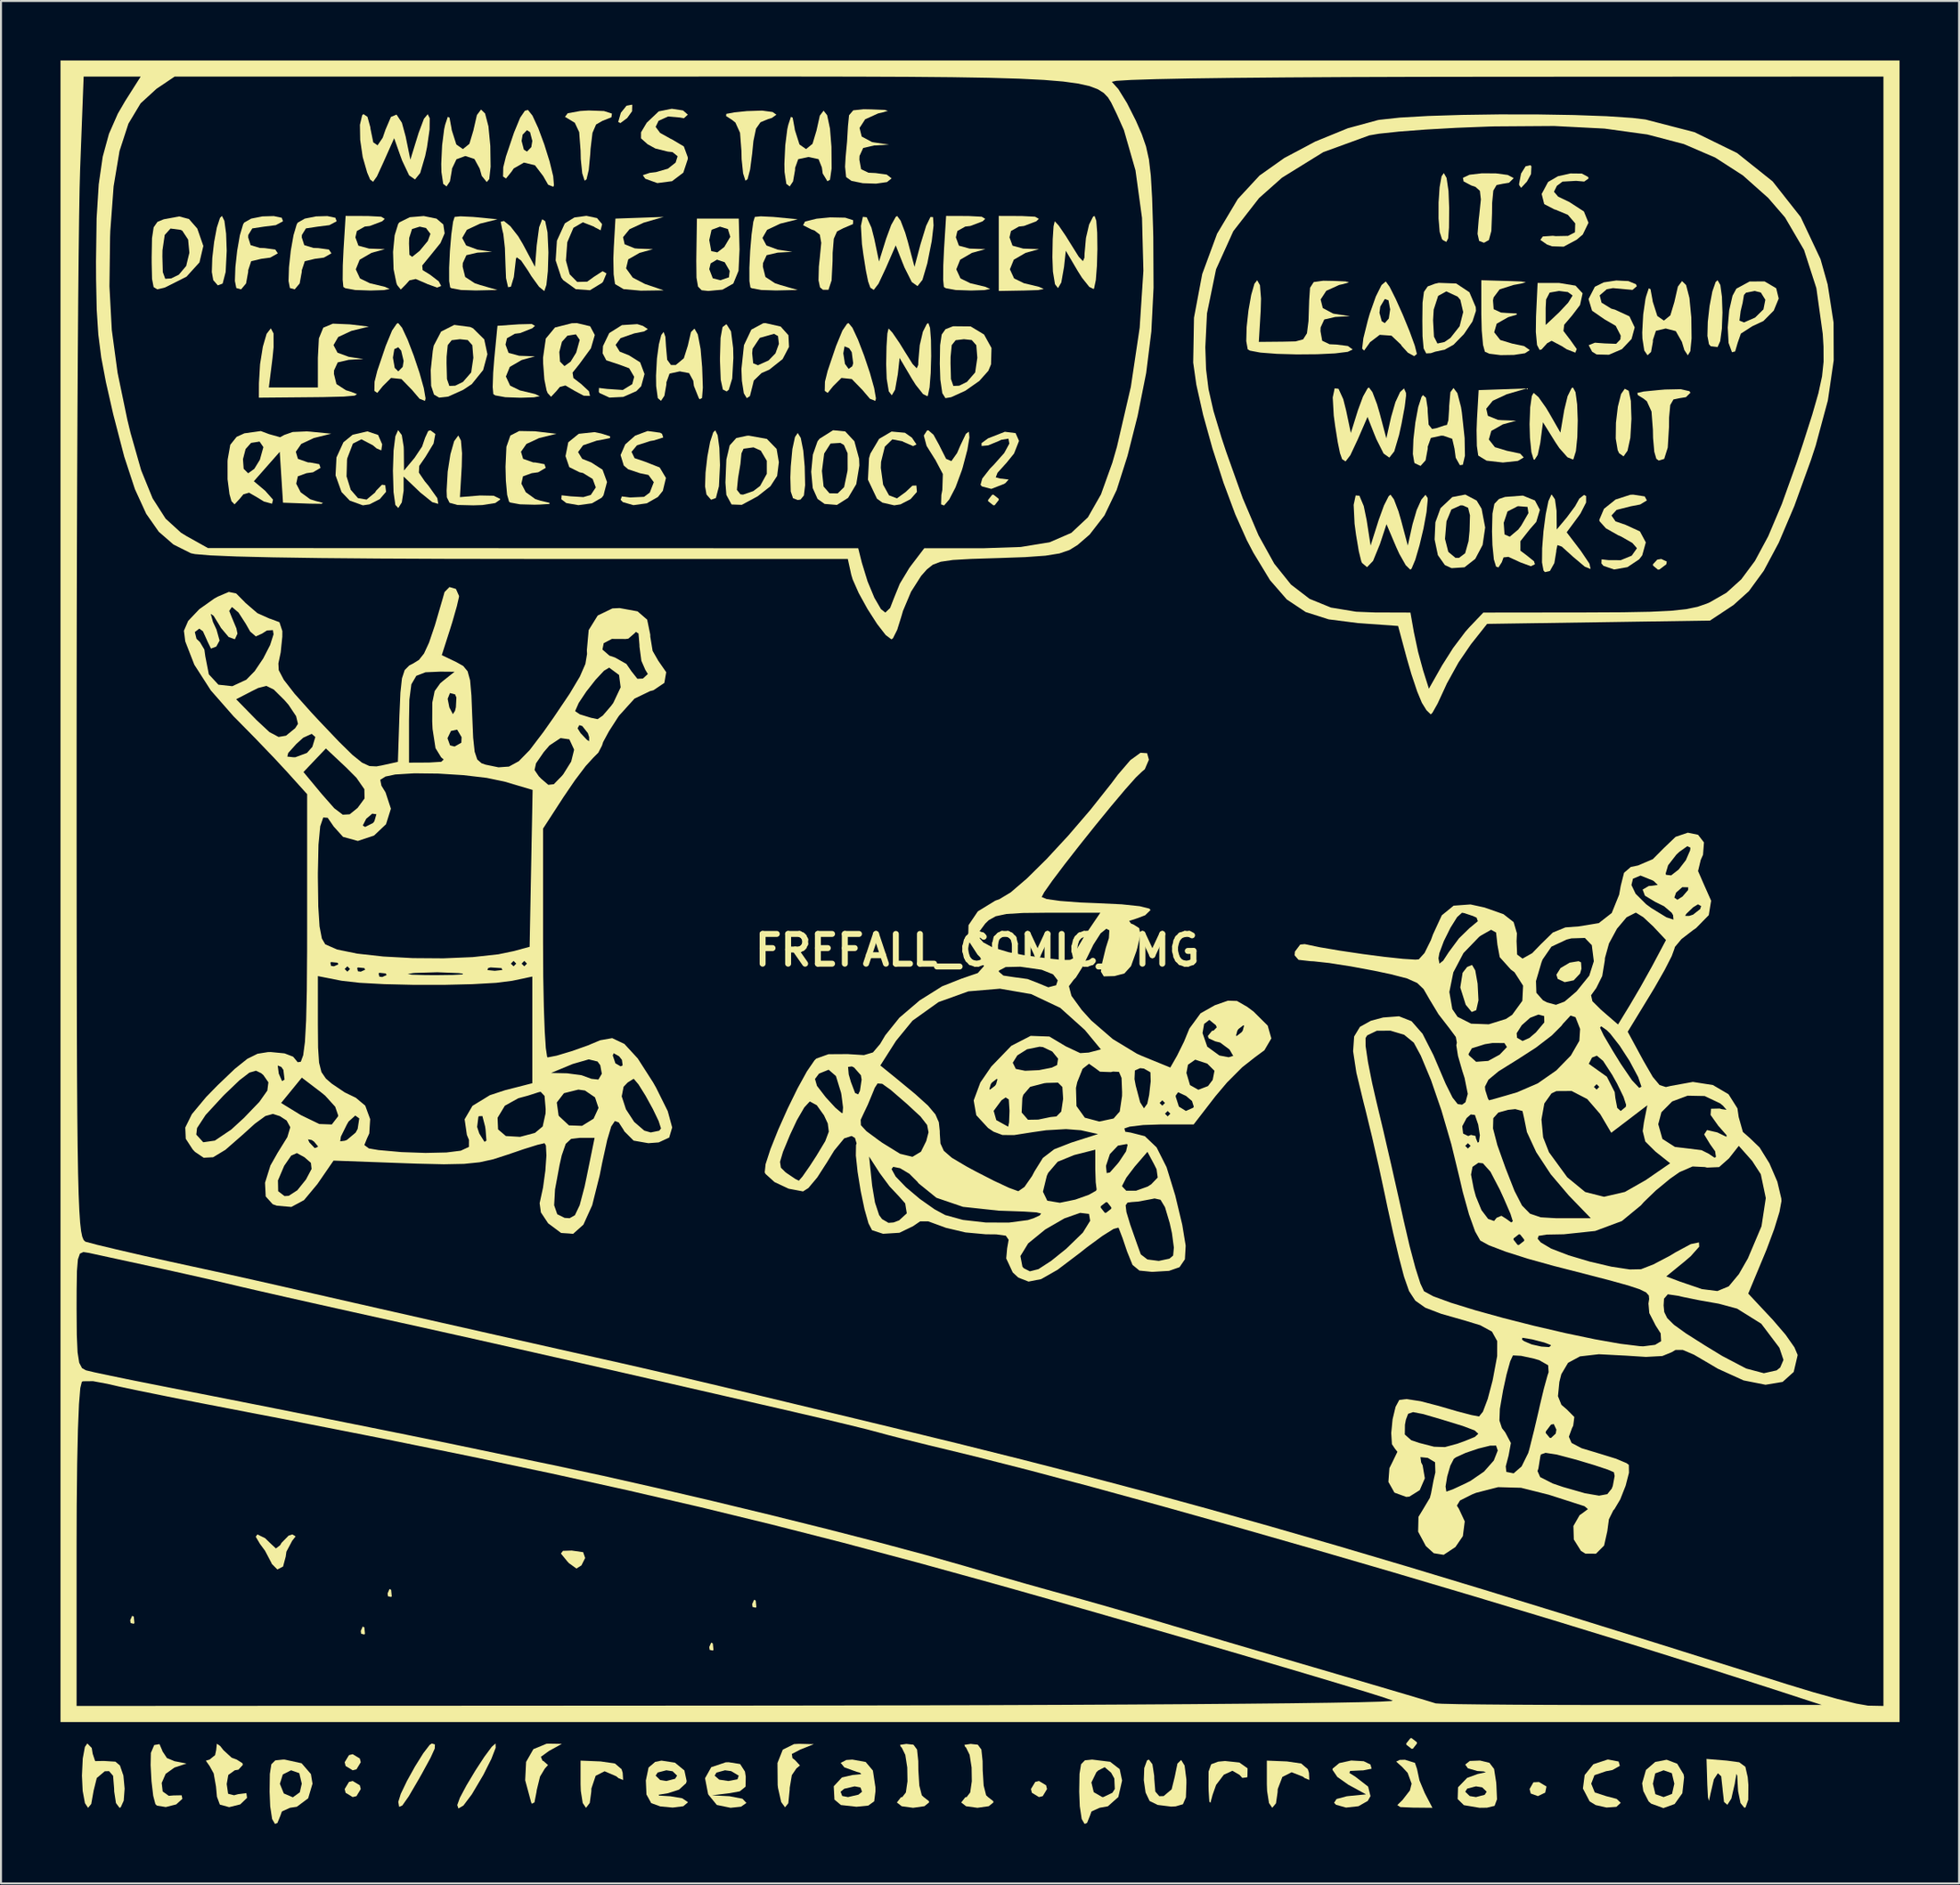
<source format=kicad_pcb>
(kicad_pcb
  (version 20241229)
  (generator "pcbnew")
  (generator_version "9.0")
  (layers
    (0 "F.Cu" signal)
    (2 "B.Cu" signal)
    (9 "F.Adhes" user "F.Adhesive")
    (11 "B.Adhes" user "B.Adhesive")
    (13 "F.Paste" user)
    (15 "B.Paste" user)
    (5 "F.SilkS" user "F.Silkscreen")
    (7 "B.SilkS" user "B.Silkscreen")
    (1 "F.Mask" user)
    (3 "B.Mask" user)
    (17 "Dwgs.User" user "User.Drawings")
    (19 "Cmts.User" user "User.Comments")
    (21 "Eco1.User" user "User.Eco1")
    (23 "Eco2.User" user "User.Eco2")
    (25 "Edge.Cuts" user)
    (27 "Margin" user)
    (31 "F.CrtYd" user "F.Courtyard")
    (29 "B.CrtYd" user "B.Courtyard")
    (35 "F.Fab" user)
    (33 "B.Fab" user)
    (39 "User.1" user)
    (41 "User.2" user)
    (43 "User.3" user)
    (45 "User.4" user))
  (footprint "FREFALL_COMIC_IMG"
    (layer "F.Cu")
    (at 46.206 44.855)
    (property "Reference" "FREFALL_COMIC_IMG" (at 0 0 0) (layer "F.SilkS") (effects (font (size 1.5 1.5) (thickness 0.3))))
    (attr board_only exclude_from_pos_files exclude_from_bom)
    (fp_poly (pts (xy -42.513 33.596) (xy -42.481 33.917) (xy -42.513 33.957) (xy -42.674 33.92) (xy -42.694 33.777) (xy -42.595 33.554)) (stroke (width 0) (type solid)) (fill yes) (layer "F.SilkS"))
    (fp_poly (pts (xy -30.894 34.137) (xy -30.862 34.458) (xy -30.894 34.497) (xy -31.055 34.46) (xy -31.074 34.317) (xy -30.976 34.095)) (stroke (width 0) (type solid)) (fill yes) (layer "F.SilkS"))
    (fp_poly (pts (xy -29.543 32.245) (xy -29.511 32.566) (xy -29.543 32.606) (xy -29.704 32.569) (xy -29.723 32.426) (xy -29.625 32.203)) (stroke (width 0) (type solid)) (fill yes) (layer "F.SilkS"))
    (fp_poly (pts (xy -13.33 34.948) (xy -13.298 35.268) (xy -13.33 35.308) (xy -13.491 35.271) (xy -13.511 35.128) (xy -13.412 34.905)) (stroke (width 0) (type solid)) (fill yes) (layer "F.SilkS"))
    (fp_poly (pts (xy -11.169 32.786) (xy -11.136 33.106) (xy -11.169 33.146) (xy -11.329 33.109) (xy -11.349 32.966) (xy -11.25 32.744)) (stroke (width 0) (type solid)) (fill yes) (layer "F.SilkS"))
    (fp_poly (pts (xy 28.685 42.16) (xy 28.62 42.469) (xy 28.252 42.646) (xy 27.891 42.515) (xy 27.832 42.288) (xy 28.026 41.948) (xy 28.305 41.934)) (stroke (width 0) (type solid)) (fill yes) (layer "F.SilkS"))
    (fp_poly (pts (xy -31.122 40.748) (xy -31.074 40.937) (xy -31.291 41.295) (xy -31.48 41.343) (xy -31.838 41.126) (xy -31.885 40.937) (xy -31.669 40.579) (xy -31.48 40.532)) (stroke (width 0) (type solid)) (fill yes) (layer "F.SilkS"))
    (fp_poly (pts (xy -31.122 42.099) (xy -31.074 42.288) (xy -31.291 42.647) (xy -31.48 42.694) (xy -31.838 42.477) (xy -31.885 42.288) (xy -31.669 41.93) (xy -31.48 41.883)) (stroke (width 0) (type solid)) (fill yes) (layer "F.SilkS"))
    (fp_poly (pts (xy -17.392 -42.612) (xy -17.401 -42.295) (xy -17.647 -41.954) (xy -17.988 -41.7) (xy -18.1 -41.758) (xy -17.965 -42.221) (xy -17.681 -42.574) (xy -17.408 -42.626)) (stroke (width 0) (type solid)) (fill yes) (layer "F.SilkS"))
    (fp_poly (pts (xy 1.073 -22.762) (xy 1.081 -22.698) (xy 0.875 -22.436) (xy 0.811 -22.428) (xy 0.548 -22.633) (xy 0.54 -22.698) (xy 0.746 -22.96) (xy 0.811 -22.968)) (stroke (width 0) (type solid)) (fill yes) (layer "F.SilkS"))
    (fp_poly (pts (xy 3.466 42.099) (xy 3.513 42.288) (xy 3.296 42.647) (xy 3.107 42.694) (xy 2.749 42.477) (xy 2.702 42.288) (xy 2.918 41.93) (xy 3.107 41.883)) (stroke (width 0) (type solid)) (fill yes) (layer "F.SilkS"))
    (fp_poly (pts (xy 22.15 39.927) (xy 22.157 39.991) (xy 21.952 40.254) (xy 21.887 40.262) (xy 21.625 40.056) (xy 21.617 39.991) (xy 21.823 39.729) (xy 21.887 39.721)) (stroke (width 0) (type solid)) (fill yes) (layer "F.SilkS"))
    (fp_poly (pts (xy 34.748 -19.595) (xy 34.722 -19.455) (xy 34.377 -19.195) (xy 34.301 -19.185) (xy 34.054 -19.391) (xy 34.047 -19.455) (xy 34.267 -19.692) (xy 34.468 -19.726)) (stroke (width 0) (type solid)) (fill yes) (layer "F.SilkS"))
    (fp_poly (pts (xy -19.867 30.346) (xy -19.765 30.64) (xy -19.952 31.013) (xy -20.204 31.173) (xy -20.579 30.903) (xy -20.665 30.811) (xy -20.987 30.416) (xy -20.885 30.279) (xy -20.443 30.264)) (stroke (width 0) (type solid)) (fill yes) (layer "F.SilkS"))
    (fp_poly (pts (xy 27.925 -39.52) (xy 27.905 -39.129) (xy 27.697 -38.748) (xy 27.405 -38.435) (xy 27.307 -38.574) (xy 27.304 -38.64) (xy 27.403 -39.154) (xy 27.632 -39.522) (xy 27.874 -39.577)) (stroke (width 0) (type solid)) (fill yes) (layer "F.SilkS"))
    (fp_poly (pts (xy 25.094 1.017) (xy 25.213 1.686) (xy 25.256 2.523) (xy 25.144 3.021) (xy 24.914 3.113) (xy 24.614 2.749) (xy 24.34 1.879) (xy 24.457 1.137) (xy 24.688 0.841) (xy 24.934 0.743)) (stroke (width 0) (type solid)) (fill yes) (layer "F.SilkS"))
    (fp_poly (pts (xy 30.426 0.612) (xy 30.447 0.932) (xy 30.376 1.177) (xy 30.056 1.517) (xy 29.603 1.61) (xy 29.25 1.445) (xy 29.183 1.234) (xy 29.394 0.897) (xy 29.854 0.627) (xy 30.303 0.553)) (stroke (width 0) (type solid)) (fill yes) (layer "F.SilkS"))
    (fp_poly (pts (xy -37.947 -36.773) (xy -37.861 -36.128) (xy -37.83 -35.263) (xy -37.883 -34.196) (xy -38.036 -33.608) (xy -38.279 -33.519) (xy -38.508 -33.781) (xy -38.58 -34.191) (xy -38.558 -34.888) (xy -38.466 -35.695) (xy -38.328 -36.432) (xy -38.169 -36.92) (xy -38.069 -37.019)) (stroke (width 0) (type solid)) (fill yes) (layer "F.SilkS"))
    (fp_poly (pts (xy -13.088 -25.964) (xy -13.001 -25.319) (xy -12.97 -24.454) (xy -13.023 -23.388) (xy -13.176 -22.799) (xy -13.42 -22.711) (xy -13.649 -22.973) (xy -13.721 -23.382) (xy -13.698 -24.08) (xy -13.606 -24.886) (xy -13.468 -25.623) (xy -13.309 -26.111) (xy -13.209 -26.211)) (stroke (width 0) (type solid)) (fill yes) (layer "F.SilkS"))
    (fp_poly (pts (xy 32.828 -28.204) (xy 32.936 -27.69) (xy 32.966 -26.79) (xy 32.911 -25.837) (xy 32.768 -25.182) (xy 32.568 -24.897) (xy 32.344 -25.057) (xy 32.272 -25.215) (xy 32.174 -25.798) (xy 32.185 -26.591) (xy 32.281 -27.401) (xy 32.442 -28.038) (xy 32.628 -28.306)) (stroke (width 0) (type solid)) (fill yes) (layer "F.SilkS"))
    (fp_poly (pts (xy -24.274 40.205) (xy -24.491 40.767) (xy -24.888 41.558) (xy -24.917 41.61) (xy -25.475 42.553) (xy -25.9 43.119) (xy -26.153 43.268) (xy -26.211 43.095) (xy -26.079 42.729) (xy -25.745 42.102) (xy -25.303 41.364) (xy -24.848 40.666) (xy -24.473 40.159) (xy -24.283 39.991)) (stroke (width 0) (type solid)) (fill yes) (layer "F.SilkS"))
    (fp_poly (pts (xy -12.632 -31.547) (xy -12.414 -31.199) (xy -12.306 -30.359) (xy -12.295 -29.859) (xy -12.354 -28.821) (xy -12.526 -28.257) (xy -12.632 -28.17) (xy -12.824 -28.266) (xy -12.932 -28.758) (xy -12.97 -29.713) (xy -12.97 -29.859) (xy -12.94 -30.872) (xy -12.841 -31.415) (xy -12.66 -31.554)) (stroke (width 0) (type solid)) (fill yes) (layer "F.SilkS"))
    (fp_poly (pts (xy -8.9 -25.829) (xy -8.772 -25.188) (xy -8.701 -24.387) (xy -8.679 -23.444) (xy -8.742 -22.926) (xy -8.912 -22.72) (xy -9.052 -22.698) (xy -9.288 -22.787) (xy -9.404 -23.128) (xy -9.424 -23.835) (xy -9.403 -24.387) (xy -9.322 -25.262) (xy -9.19 -25.872) (xy -9.052 -26.076)) (stroke (width 0) (type solid)) (fill yes) (layer "F.SilkS"))
    (fp_poly (pts (xy 23.65 -38.933) (xy 23.746 -38.275) (xy 23.779 -37.424) (xy 23.77 -36.433) (xy 23.73 -35.891) (xy 23.639 -35.709) (xy 23.475 -35.794) (xy 23.418 -35.848) (xy 23.301 -36.212) (xy 23.245 -36.887) (xy 23.246 -37.697) (xy 23.297 -38.465) (xy 23.396 -39.016) (xy 23.509 -39.181)) (stroke (width 0) (type solid)) (fill yes) (layer "F.SilkS"))
    (fp_poly (pts (xy 37.446 -33.537) (xy 37.528 -32.935) (xy 37.554 -32.146) (xy 37.525 -31.344) (xy 37.439 -30.706) (xy 37.308 -30.41) (xy 36.964 -30.449) (xy 36.874 -30.55) (xy 36.795 -30.971) (xy 36.813 -31.674) (xy 36.904 -32.48) (xy 37.044 -33.211) (xy 37.209 -33.688) (xy 37.309 -33.777)) (stroke (width 0) (type solid)) (fill yes) (layer "F.SilkS"))
    (fp_poly (pts (xy -27.337 40.039) (xy -27.345 40.245) (xy -27.552 40.703) (xy -27.992 41.511) (xy -28.128 41.752) (xy -28.654 42.653) (xy -28.978 43.116) (xy -29.14 43.188) (xy -29.183 42.936) (xy -29.058 42.532) (xy -28.746 41.882) (xy -28.338 41.147) (xy -27.926 40.488) (xy -27.603 40.065) (xy -27.494 39.992)) (stroke (width 0) (type solid)) (fill yes) (layer "F.SilkS"))
    (fp_poly (pts (xy 15.602 40.897) (xy 16.324 41.002) (xy 16.657 41.287) (xy 16.714 41.469) (xy 16.731 41.829) (xy 16.495 41.733) (xy 16.413 41.667) (xy 15.842 41.442) (xy 15.374 41.677) (xy 15.139 42.293) (xy 15.132 42.452) (xy 15.051 43.009) (xy 14.862 43.234) (xy 14.699 42.993) (xy 14.603 42.384) (xy 14.591 42.045) (xy 14.591 40.856)) (stroke (width 0) (type solid)) (fill yes) (layer "F.SilkS"))
    (fp_poly (pts (xy 22.055 40.97) (xy 22.159 41.275) (xy 22.282 41.851) (xy 22.548 42.491) (xy 22.936 43.234) (xy 21.939 43.225) (xy 21.319 43.198) (xy 21.165 43.097) (xy 21.4 42.869) (xy 21.414 42.858) (xy 21.8 42.361) (xy 21.887 42.018) (xy 21.687 41.473) (xy 21.414 41.178) (xy 21.11 40.906) (xy 21.284 40.82) (xy 21.549 40.811)) (stroke (width 0) (type solid)) (fill yes) (layer "F.SilkS"))
    (fp_poly (pts (xy -20.941 40.011) (xy -21.59 40.37) (xy -21.996 40.664) (xy -21.918 40.855) (xy -21.861 40.881) (xy -21.637 41.079) (xy -21.798 41.257) (xy -22.039 41.66) (xy -22.206 42.342) (xy -22.216 42.426) (xy -22.321 42.963) (xy -22.451 43.029) (xy -22.485 42.964) (xy -22.788 41.846) (xy -22.742 40.921) (xy -22.375 40.278) (xy -21.714 40.005) (xy -21.587 40.001)) (stroke (width 0) (type solid)) (fill yes) (layer "F.SilkS"))
    (fp_poly (pts (xy -18.986 40.897) (xy -18.263 41.002) (xy -17.93 41.287) (xy -17.874 41.469) (xy -17.851 41.831) (xy -18.08 41.742) (xy -18.205 41.641) (xy -18.786 41.393) (xy -19.235 41.62) (xy -19.45 42.259) (xy -19.455 42.415) (xy -19.533 42.988) (xy -19.72 43.234) (xy -19.726 43.234) (xy -19.888 42.993) (xy -19.984 42.384) (xy -19.996 42.045) (xy -19.996 40.856)) (stroke (width 0) (type solid)) (fill yes) (layer "F.SilkS"))
    (fp_poly (pts (xy 13.207 40.952) (xy 13.619 41.244) (xy 13.611 41.668) (xy 13.594 41.696) (xy 13.354 41.728) (xy 13.214 41.574) (xy 12.857 41.367) (xy 12.422 41.567) (xy 12.033 42.08) (xy 11.854 42.587) (xy 11.75 42.98) (xy 11.691 42.922) (xy 11.658 42.372) (xy 11.652 42.153) (xy 11.655 41.404) (xy 11.785 41.04) (xy 12.141 40.908) (xy 12.486 40.876)) (stroke (width 0) (type solid)) (fill yes) (layer "F.SilkS"))
    (fp_poly (pts (xy -34.357 29.55) (xy -34.533 29.777) (xy -34.822 30.323) (xy -34.857 30.572) (xy -34.99 31.072) (xy -35.278 31.219) (xy -35.556 30.94) (xy -35.576 30.889) (xy -35.898 30.277) (xy -36.156 29.926) (xy -36.367 29.568) (xy -36.283 29.453) (xy -35.897 29.64) (xy -35.654 29.876) (xy -35.351 30.159) (xy -35.138 29.997) (xy -35.067 29.876) (xy -34.71 29.512) (xy -34.52 29.453)) (stroke (width 0) (type solid)) (fill yes) (layer "F.SilkS"))
    (fp_poly (pts (xy -8.241 40.026) (xy -8.911 40.293) (xy -9.348 40.52) (xy -9.318 40.728) (xy -9.181 40.837) (xy -8.94 41.099) (xy -9.12 41.251) (xy -9.348 41.587) (xy -9.456 42.228) (xy -9.457 42.311) (xy -9.527 43.006) (xy -9.691 43.209) (xy -9.885 42.945) (xy -10.045 42.236) (xy -10.063 42.086) (xy -10.073 40.976) (xy -9.805 40.302) (xy -9.237 40.022) (xy -8.975 40.009)) (stroke (width 0) (type solid)) (fill yes) (layer "F.SilkS"))
    (fp_poly (pts (xy 32.322 40.902) (xy 32.381 41.119) (xy 32.008 41.33) (xy 31.682 41.392) (xy 31.103 41.589) (xy 30.939 42.018) (xy 31.118 42.46) (xy 31.682 42.644) (xy 32.222 42.785) (xy 32.426 42.982) (xy 32.209 43.186) (xy 31.712 43.221) (xy 31.162 43.097) (xy 30.858 42.91) (xy 30.521 42.262) (xy 30.609 41.582) (xy 31.046 41.039) (xy 31.758 40.803) (xy 31.804 40.802)) (stroke (width 0) (type solid)) (fill yes) (layer "F.SilkS"))
    (fp_poly (pts (xy -26.025 -25.695) (xy -25.97 -25.054) (xy -25.985 -24.392) (xy -26.076 -22.843) (xy -25.062 -22.926) (xy -24.378 -22.913) (xy -24.057 -22.759) (xy -24.049 -22.719) (xy -24.296 -22.544) (xy -24.95 -22.442) (xy -25.4 -22.428) (xy -26.2 -22.447) (xy -26.599 -22.557) (xy -26.735 -22.833) (xy -26.748 -23.171) (xy -26.693 -24.125) (xy -26.555 -25.005) (xy -26.369 -25.661) (xy -26.167 -25.939) (xy -26.152 -25.94)) (stroke (width 0) (type solid)) (fill yes) (layer "F.SilkS"))
    (fp_poly (pts (xy -18.816 -42.307) (xy -18.414 -42.178) (xy -18.442 -41.993) (xy -18.901 -41.808) (xy -19.215 -41.628) (xy -19.396 -41.207) (xy -19.492 -40.411) (xy -19.509 -40.131) (xy -19.583 -39.342) (xy -19.695 -38.866) (xy -19.793 -38.796) (xy -19.912 -39.167) (xy -19.985 -39.878) (xy -19.996 -40.315) (xy -20.066 -41.244) (xy -20.288 -41.717) (xy -20.401 -41.785) (xy -20.782 -42.014) (xy -20.646 -42.194) (xy -20.016 -42.309) (xy -19.59 -42.335)) (stroke (width 0) (type solid)) (fill yes) (layer "F.SilkS"))
    (fp_poly (pts (xy -10.318 -42.258) (xy -10.126 -42.123) (xy -10.357 -41.958) (xy -10.538 -41.903) (xy -10.928 -41.742) (xy -11.154 -41.42) (xy -11.285 -40.796) (xy -11.349 -40.158) (xy -11.451 -39.361) (xy -11.58 -38.874) (xy -11.687 -38.795) (xy -11.806 -39.167) (xy -11.879 -39.877) (xy -11.889 -40.293) (xy -11.959 -41.21) (xy -12.193 -41.726) (xy -12.362 -41.861) (xy -12.663 -42.055) (xy -12.651 -42.165) (xy -12.243 -42.24) (xy -11.619 -42.304) (xy -10.845 -42.329)) (stroke (width 0) (type solid)) (fill yes) (layer "F.SilkS"))
    (fp_poly (pts (xy -41.073 40.359) (xy -41.072 40.378) (xy -40.843 40.725) (xy -40.464 40.884) (xy -39.856 41.004) (xy -40.464 41.205) (xy -40.907 41.522) (xy -41.106 41.983) (xy -41.056 42.412) (xy -40.75 42.631) (xy -40.516 42.611) (xy -40.101 42.603) (xy -40.065 42.782) (xy -40.377 43.064) (xy -40.9 43.197) (xy -41.345 43.125) (xy -41.425 43.047) (xy -41.534 42.628) (xy -41.621 41.896) (xy -41.665 41.079) (xy -41.652 40.464) (xy -41.484 40.07) (xy -41.218 40.024)) (stroke (width 0) (type solid)) (fill yes) (layer "F.SilkS"))
    (fp_poly (pts (xy -16.821 -36.677) (xy -17.53 -36.347) (xy -17.856 -35.947) (xy -17.775 -35.59) (xy -17.266 -35.385) (xy -17.091 -35.371) (xy -16.348 -35.344) (xy -17.023 -35.156) (xy -17.594 -34.829) (xy -17.702 -34.375) (xy -17.366 -33.908) (xy -16.753 -33.589) (xy -15.807 -33.267) (xy -16.964 -33.251) (xy -17.831 -33.329) (xy -18.25 -33.578) (xy -18.263 -33.606) (xy -18.329 -34.073) (xy -18.343 -34.866) (xy -18.322 -35.43) (xy -18.239 -36.884) (xy -17.023 -36.927) (xy -15.807 -36.97)) (stroke (width 0) (type solid)) (fill yes) (layer "F.SilkS"))
    (fp_poly (pts (xy -6.66 -36.932) (xy -6.257 -36.801) (xy -6.268 -36.607) (xy -6.755 -36.4) (xy -6.755 -36.4) (xy -7.07 -36.238) (xy -7.234 -35.869) (xy -7.292 -35.156) (xy -7.296 -34.748) (xy -7.345 -33.77) (xy -7.502 -33.296) (xy -7.781 -33.295) (xy -7.929 -33.419) (xy -8.004 -33.774) (xy -7.987 -34.465) (xy -7.943 -34.877) (xy -7.866 -35.662) (xy -7.939 -36.077) (xy -8.207 -36.284) (xy -8.366 -36.34) (xy -8.782 -36.55) (xy -8.684 -36.735) (xy -8.097 -36.88) (xy -7.416 -36.947)) (stroke (width 0) (type solid)) (fill yes) (layer "F.SilkS"))
    (fp_poly (pts (xy 2.229 -37.015) (xy 2.91 -36.98) (xy 3.1 -36.872) (xy 2.972 -36.749) (xy 2.348 -36.512) (xy 2.094 -36.483) (xy 1.696 -36.259) (xy 1.621 -35.938) (xy 1.774 -35.52) (xy 2.31 -35.373) (xy 2.364 -35.371) (xy 3.107 -35.344) (xy 2.432 -35.157) (xy 1.837 -34.812) (xy 1.641 -34.327) (xy 1.853 -33.868) (xy 2.347 -33.627) (xy 3.112 -33.444) (xy 3.346 -33.335) (xy 3.05 -33.279) (xy 2.364 -33.258) (xy 1.081 -33.236) (xy 1.081 -35.128) (xy 1.081 -37.019)) (stroke (width 0) (type solid)) (fill yes) (layer "F.SilkS"))
    (fp_poly (pts (xy 8.824 41.04) (xy 8.914 41.626) (xy 8.917 41.768) (xy 8.97 42.415) (xy 9.172 42.65) (xy 9.39 42.644) (xy 9.792 42.303) (xy 9.947 41.678) (xy 10.085 41.004) (xy 10.273 40.824) (xy 10.446 41.104) (xy 10.536 41.811) (xy 10.538 41.977) (xy 10.511 42.71) (xy 10.362 43.055) (xy 9.994 43.163) (xy 9.763 43.174) (xy 9.091 43.09) (xy 8.682 42.891) (xy 8.48 42.465) (xy 8.389 41.84) (xy 8.412 41.23) (xy 8.552 40.845) (xy 8.647 40.802)) (stroke (width 0) (type solid)) (fill yes) (layer "F.SilkS"))
    (fp_poly (pts (xy 35.271 41.012) (xy 35.595 41.548) (xy 35.62 41.697) (xy 35.531 42.5) (xy 35.142 43.045) (xy 34.576 43.249) (xy 33.96 43.025) (xy 33.831 42.91) (xy 33.563 42.387) (xy 33.509 42.018) (xy 34.047 42.018) (xy 34.173 42.548) (xy 34.587 42.694) (xy 35.011 42.535) (xy 35.128 42.018) (xy 35.001 41.488) (xy 34.587 41.343) (xy 34.163 41.501) (xy 34.047 42.018) (xy 33.509 42.018) (xy 33.506 41.997) (xy 33.697 41.327) (xy 34.162 40.924) (xy 34.74 40.811)) (stroke (width 0) (type solid)) (fill yes) (layer "F.SilkS"))
    (fp_poly (pts (xy 35.89 -28.182) (xy 35.938 -28.105) (xy 35.712 -27.883) (xy 35.398 -27.832) (xy 35.084 -27.767) (xy 34.922 -27.485) (xy 34.863 -26.859) (xy 34.857 -26.362) (xy 34.795 -25.339) (xy 34.617 -24.769) (xy 34.338 -24.686) (xy 34.22 -24.777) (xy 34.118 -25.128) (xy 34.056 -25.824) (xy 34.047 -26.242) (xy 33.977 -27.159) (xy 33.743 -27.675) (xy 33.574 -27.81) (xy 33.289 -27.987) (xy 33.261 -28.093) (xy 33.574 -28.165) (xy 34.313 -28.238) (xy 34.655 -28.268) (xy 35.451 -28.284)) (stroke (width 0) (type solid)) (fill yes) (layer "F.SilkS"))
    (fp_poly (pts (xy -3.219 40.053) (xy -3.038 40.297) (xy -2.977 40.878) (xy -2.972 41.343) (xy -2.924 42.113) (xy -2.799 42.602) (xy -2.702 42.694) (xy -2.44 42.899) (xy -2.432 42.964) (xy -2.667 43.154) (xy -3.232 43.234) (xy -3.243 43.234) (xy -3.812 43.156) (xy -4.053 42.967) (xy -4.053 42.964) (xy -3.848 42.701) (xy -3.783 42.694) (xy -3.602 42.461) (xy -3.52 41.897) (xy -3.532 41.199) (xy -3.631 40.565) (xy -3.812 40.193) (xy -3.851 40.17) (xy -3.897 40.061) (xy -3.58 40.013)) (stroke (width 0) (type solid)) (fill yes) (layer "F.SilkS"))
    (fp_poly (pts (xy 0.024 40.053) (xy 0.204 40.297) (xy 0.265 40.878) (xy 0.27 41.343) (xy 0.319 42.113) (xy 0.443 42.602) (xy 0.54 42.694) (xy 0.803 42.899) (xy 0.811 42.964) (xy 0.576 43.154) (xy 0.01 43.234) (xy 0 43.234) (xy -0.569 43.156) (xy -0.811 42.967) (xy -0.811 42.964) (xy -0.605 42.701) (xy -0.54 42.694) (xy -0.36 42.461) (xy -0.278 41.897) (xy -0.289 41.199) (xy -0.388 40.565) (xy -0.57 40.193) (xy -0.608 40.17) (xy -0.654 40.061) (xy -0.338 40.013)) (stroke (width 0) (type solid)) (fill yes) (layer "F.SilkS"))
    (fp_poly (pts (xy 19.472 40.887) (xy 19.812 41.051) (xy 19.871 41.264) (xy 19.447 41.347) (xy 19.307 41.351) (xy 18.786 41.376) (xy 18.754 41.48) (xy 19.05 41.665) (xy 19.695 42.165) (xy 19.814 42.645) (xy 19.677 42.887) (xy 19.207 43.155) (xy 18.582 43.224) (xy 18.076 43.081) (xy 17.98 42.981) (xy 18.104 42.79) (xy 18.613 42.654) (xy 18.707 42.643) (xy 19.59 42.557) (xy 18.695 42.069) (xy 18.143 41.678) (xy 17.901 41.323) (xy 17.905 41.259) (xy 18.238 40.983) (xy 18.845 40.85)) (stroke (width 0) (type solid)) (fill yes) (layer "F.SilkS"))
    (fp_poly (pts (xy -2.209 -25.987) (xy -1.911 -25.446) (xy -1.891 -25.4) (xy -1.574 -24.773) (xy -1.307 -24.66) (xy -1.02 -25.066) (xy -0.846 -25.468) (xy -0.575 -26.036) (xy -0.425 -26.142) (xy -0.399 -25.852) (xy -0.502 -25.232) (xy -0.735 -24.346) (xy -0.781 -24.195) (xy -1.1 -23.333) (xy -1.417 -22.723) (xy -1.677 -22.42) (xy -1.827 -22.477) (xy -1.813 -22.95) (xy -1.764 -23.204) (xy -1.738 -24.007) (xy -2.122 -24.735) (xy -2.141 -24.759) (xy -2.558 -25.425) (xy -2.698 -25.948) (xy -2.533 -26.203) (xy -2.465 -26.211)) (stroke (width 0) (type solid)) (fill yes) (layer "F.SilkS"))
    (fp_poly (pts (xy 26.133 -39.164) (xy 26.731 -39.085) (xy 27.017 -38.934) (xy 27.021 -38.911) (xy 26.795 -38.691) (xy 26.481 -38.64) (xy 26.169 -38.576) (xy 26.006 -38.297) (xy 25.946 -37.676) (xy 25.94 -37.154) (xy 25.905 -36.263) (xy 25.781 -35.803) (xy 25.537 -35.668) (xy 25.526 -35.668) (xy 25.289 -35.76) (xy 25.21 -36.115) (xy 25.27 -36.857) (xy 25.292 -37.035) (xy 25.378 -37.85) (xy 25.328 -38.283) (xy 25.104 -38.486) (xy 24.9 -38.552) (xy 24.508 -38.758) (xy 24.473 -38.941) (xy 24.804 -39.095) (xy 25.424 -39.168)) (stroke (width 0) (type solid)) (fill yes) (layer "F.SilkS"))
    (fp_poly (pts (xy 26.684 -28.03) (xy 25.975 -27.7) (xy 25.649 -27.301) (xy 25.729 -26.943) (xy 26.238 -26.738) (xy 26.413 -26.724) (xy 27.156 -26.697) (xy 26.481 -26.509) (xy 25.903 -26.181) (xy 25.779 -25.748) (xy 26.084 -25.361) (xy 26.684 -25.18) (xy 27.359 -25.038) (xy 27.537 -24.843) (xy 27.243 -24.668) (xy 26.505 -24.589) (xy 26.472 -24.589) (xy 25.665 -24.681) (xy 25.254 -24.931) (xy 25.241 -24.959) (xy 25.175 -25.426) (xy 25.161 -26.219) (xy 25.182 -26.783) (xy 25.265 -28.237) (xy 26.481 -28.28) (xy 27.697 -28.323)) (stroke (width 0) (type solid)) (fill yes) (layer "F.SilkS"))
    (fp_poly (pts (xy -44.632 40.217) (xy -44.585 40.507) (xy -44.461 40.88) (xy -44.017 40.873) (xy -43.44 40.909) (xy -43.211 41.101) (xy -43.037 41.609) (xy -42.975 42.27) (xy -43.021 42.874) (xy -43.174 43.215) (xy -43.234 43.234) (xy -43.411 42.996) (xy -43.501 42.41) (xy -43.504 42.268) (xy -43.557 41.621) (xy -43.759 41.386) (xy -43.977 41.393) (xy -44.379 41.733) (xy -44.535 42.358) (xy -44.657 43.04) (xy -44.818 43.237) (xy -44.975 43) (xy -45.09 42.378) (xy -45.126 41.613) (xy -45.085 40.749) (xy -44.977 40.164) (xy -44.855 39.991)) (stroke (width 0) (type solid)) (fill yes) (layer "F.SilkS"))
    (fp_poly (pts (xy 1.927 -26.07) (xy 2.101 -25.677) (xy 1.85 -25.04) (xy 1.471 -24.573) (xy 1.018 -24.071) (xy 0.928 -23.839) (xy 1.169 -23.776) (xy 1.233 -23.775) (xy 1.577 -23.73) (xy 1.419 -23.554) (xy 1.351 -23.509) (xy 0.704 -23.258) (xy 0.228 -23.384) (xy 0.161 -23.467) (xy 0.248 -23.778) (xy 0.637 -24.278) (xy 0.82 -24.463) (xy 1.357 -25.069) (xy 1.613 -25.541) (xy 1.567 -25.791) (xy 1.201 -25.731) (xy 1.099 -25.68) (xy 0.546 -25.451) (xy 0.215 -25.421) (xy 0.212 -25.566) (xy 0.54 -25.805) (xy 1.387 -26.138)) (stroke (width 0) (type solid)) (fill yes) (layer "F.SilkS"))
    (fp_poly (pts (xy -38.159 40.118) (xy -37.994 40.329) (xy -37.578 40.711) (xy -37.327 40.802) (xy -37.035 40.987) (xy -37.019 41.072) (xy -37.238 41.312) (xy -37.424 41.343) (xy -37.75 41.578) (xy -37.83 42.036) (xy -37.76 42.526) (xy -37.46 42.603) (xy -37.257 42.548) (xy -36.838 42.495) (xy -36.806 42.733) (xy -37.149 43.063) (xy -37.707 43.202) (xy -38.169 43.075) (xy -38.179 43.065) (xy -38.323 42.675) (xy -38.37 42.162) (xy -38.487 41.501) (xy -38.694 41.126) (xy -38.882 40.859) (xy -38.694 40.802) (xy -38.416 40.579) (xy -38.362 40.329) (xy -38.327 40.004)) (stroke (width 0) (type solid)) (fill yes) (layer "F.SilkS"))
    (fp_poly (pts (xy -30.713 -37.015) (xy -30.043 -36.98) (xy -29.865 -36.871) (xy -29.994 -36.749) (xy -30.618 -36.512) (xy -30.872 -36.483) (xy -31.27 -36.259) (xy -31.345 -35.938) (xy -31.192 -35.52) (xy -30.656 -35.373) (xy -30.602 -35.371) (xy -29.859 -35.344) (xy -30.534 -35.157) (xy -31.129 -34.812) (xy -31.325 -34.327) (xy -31.113 -33.868) (xy -30.619 -33.627) (xy -29.854 -33.444) (xy -29.619 -33.335) (xy -29.911 -33.279) (xy -30.586 -33.258) (xy -31.353 -33.284) (xy -31.856 -33.376) (xy -31.951 -33.439) (xy -31.986 -33.797) (xy -31.98 -34.525) (xy -31.942 -35.33) (xy -31.837 -37.019)) (stroke (width 0) (type solid)) (fill yes) (layer "F.SilkS"))
    (fp_poly (pts (xy -30.2 -25.977) (xy -29.994 -25.502) (xy -30.04 -25.199) (xy -30.272 -25.295) (xy -30.466 -25.458) (xy -31.041 -25.759) (xy -31.471 -25.54) (xy -31.752 -24.805) (xy -31.766 -24.733) (xy -31.79 -23.888) (xy -31.58 -23.213) (xy -31.216 -22.794) (xy -30.78 -22.719) (xy -30.355 -23.074) (xy -30.298 -23.168) (xy -30.006 -23.468) (xy -29.84 -23.445) (xy -29.8 -23.111) (xy -30.116 -22.742) (xy -30.635 -22.478) (xy -30.966 -22.428) (xy -31.628 -22.667) (xy -32.044 -23.102) (xy -32.344 -23.94) (xy -32.299 -24.841) (xy -31.948 -25.608) (xy -31.482 -25.988) (xy -30.743 -26.158)) (stroke (width 0) (type solid)) (fill yes) (layer "F.SilkS"))
    (fp_poly (pts (xy -25.424 -36.97) (xy -25.224 -36.952) (xy -24.184 -36.848) (xy -25.062 -36.63) (xy -25.725 -36.32) (xy -25.962 -35.909) (xy -25.76 -35.529) (xy -25.197 -35.321) (xy -24.454 -35.209) (xy -25.197 -35.168) (xy -25.75 -35.04) (xy -25.933 -34.639) (xy -25.94 -34.46) (xy -25.811 -33.942) (xy -25.33 -33.626) (xy -25.062 -33.538) (xy -24.184 -33.285) (xy -25.287 -33.261) (xy -26.022 -33.285) (xy -26.503 -33.375) (xy -26.566 -33.412) (xy -26.619 -33.733) (xy -26.62 -34.407) (xy -26.58 -35.252) (xy -26.51 -36.084) (xy -26.423 -36.721) (xy -26.344 -36.97) (xy -26.052 -37)) (stroke (width 0) (type solid)) (fill yes) (layer "F.SilkS"))
    (fp_poly (pts (xy -22.295 -31.479) (xy -22.428 -31.356) (xy -23.046 -31.111) (xy -23.306 -31.079) (xy -23.704 -30.855) (xy -23.779 -30.534) (xy -23.626 -30.116) (xy -23.09 -29.969) (xy -23.036 -29.967) (xy -22.293 -29.94) (xy -22.968 -29.753) (xy -23.563 -29.408) (xy -23.759 -28.922) (xy -23.547 -28.464) (xy -23.053 -28.223) (xy -22.288 -28.04) (xy -22.053 -27.931) (xy -22.345 -27.875) (xy -23.02 -27.853) (xy -23.789 -27.88) (xy -24.296 -27.972) (xy -24.393 -28.035) (xy -24.426 -28.393) (xy -24.401 -29.117) (xy -24.342 -29.859) (xy -24.184 -31.48) (xy -23.103 -31.555) (xy -22.457 -31.57)) (stroke (width 0) (type solid)) (fill yes) (layer "F.SilkS"))
    (fp_poly (pts (xy -19.168 -36.911) (xy -18.916 -36.612) (xy -18.915 -36.581) (xy -18.987 -36.294) (xy -19.284 -36.449) (xy -19.317 -36.476) (xy -19.88 -36.698) (xy -20.355 -36.421) (xy -20.666 -35.692) (xy -20.735 -34.772) (xy -20.545 -34.076) (xy -20.165 -33.691) (xy -19.662 -33.705) (xy -19.315 -33.955) (xy -18.884 -34.233) (xy -18.69 -34.12) (xy -18.86 -33.711) (xy -18.909 -33.648) (xy -19.521 -33.273) (xy -20.239 -33.326) (xy -20.873 -33.784) (xy -20.968 -33.915) (xy -21.252 -34.776) (xy -21.189 -35.767) (xy -20.799 -36.622) (xy -20.772 -36.656) (xy -20.307 -36.942) (xy -19.702 -37.024)) (stroke (width 0) (type solid)) (fill yes) (layer "F.SilkS"))
    (fp_poly (pts (xy -10.292 -36.97) (xy -10.093 -36.952) (xy -9.052 -36.848) (xy -9.93 -36.63) (xy -10.593 -36.32) (xy -10.83 -35.909) (xy -10.628 -35.529) (xy -10.065 -35.321) (xy -9.322 -35.209) (xy -10.065 -35.168) (xy -10.618 -35.04) (xy -10.802 -34.639) (xy -10.809 -34.46) (xy -10.679 -33.942) (xy -10.198 -33.626) (xy -9.93 -33.538) (xy -9.052 -33.285) (xy -10.155 -33.261) (xy -10.89 -33.285) (xy -11.371 -33.375) (xy -11.435 -33.412) (xy -11.487 -33.733) (xy -11.488 -34.407) (xy -11.448 -35.252) (xy -11.378 -36.084) (xy -11.291 -36.721) (xy -11.213 -36.97) (xy -10.92 -37)) (stroke (width 0) (type solid)) (fill yes) (layer "F.SilkS"))
    (fp_poly (pts (xy -3.649 -26.088) (xy -3.297 -25.84) (xy -3.066 -25.498) (xy -3.237 -25.415) (xy -3.72 -25.626) (xy -3.774 -25.659) (xy -4.284 -25.755) (xy -4.662 -25.386) (xy -4.852 -24.62) (xy -4.864 -24.319) (xy -4.748 -23.47) (xy -4.451 -22.933) (xy -4.051 -22.781) (xy -3.623 -23.092) (xy -3.621 -23.094) (xy -3.272 -23.421) (xy -3.072 -23.428) (xy -3.045 -23.105) (xy -3.366 -22.741) (xy -3.874 -22.477) (xy -4.188 -22.428) (xy -4.787 -22.566) (xy -5.059 -22.765) (xy -5.513 -23.722) (xy -5.459 -24.804) (xy -5.391 -25.036) (xy -4.949 -25.781) (xy -4.323 -26.149)) (stroke (width 0) (type solid)) (fill yes) (layer "F.SilkS"))
    (fp_poly (pts (xy -0.449 -37.015) (xy 0.221 -36.98) (xy 0.399 -36.871) (xy 0.27 -36.749) (xy -0.354 -36.512) (xy -0.608 -36.483) (xy -1.006 -36.259) (xy -1.081 -35.938) (xy -0.928 -35.52) (xy -0.392 -35.373) (xy -0.338 -35.371) (xy 0.405 -35.344) (xy -0.27 -35.157) (xy -0.865 -34.812) (xy -1.061 -34.327) (xy -0.849 -33.868) (xy -0.355 -33.627) (xy 0.41 -33.444) (xy 0.645 -33.335) (xy 0.352 -33.279) (xy -0.322 -33.258) (xy -1.089 -33.284) (xy -1.592 -33.376) (xy -1.687 -33.439) (xy -1.722 -33.797) (xy -1.716 -34.525) (xy -1.679 -35.33) (xy -1.573 -37.019)) (stroke (width 0) (type solid)) (fill yes) (layer "F.SilkS"))
    (fp_poly (pts (xy -16.852 -31.475) (xy -16.606 -31.314) (xy -16.796 -31.195) (xy -17.294 -31.096) (xy -17.979 -30.859) (xy -18.231 -30.517) (xy -18.024 -30.179) (xy -17.564 -29.995) (xy -16.994 -29.638) (xy -16.773 -29.048) (xy -16.942 -28.433) (xy -17.184 -28.185) (xy -17.847 -27.895) (xy -18.542 -27.861) (xy -19.035 -28.088) (xy -19.076 -28.145) (xy -19.068 -28.347) (xy -18.661 -28.298) (xy -17.869 -28.244) (xy -17.393 -28.537) (xy -17.294 -28.908) (xy -17.547 -29.339) (xy -18.123 -29.551) (xy -18.699 -29.739) (xy -18.883 -30.091) (xy -18.866 -30.458) (xy -18.552 -31.113) (xy -17.912 -31.514) (xy -17.137 -31.564)) (stroke (width 0) (type solid)) (fill yes) (layer "F.SilkS"))
    (fp_poly (pts (xy 30.148 -28.131) (xy 30.229 -27.521) (xy 30.259 -26.711) (xy 30.238 -25.869) (xy 30.167 -25.164) (xy 30.045 -24.766) (xy 30.017 -24.739) (xy 29.741 -24.852) (xy 29.331 -25.315) (xy 29.139 -25.601) (xy 28.507 -26.616) (xy 28.372 -25.577) (xy 28.243 -24.973) (xy 28.084 -24.725) (xy 28.035 -24.744) (xy 27.925 -25.107) (xy 27.851 -25.834) (xy 27.832 -26.526) (xy 27.863 -27.367) (xy 27.945 -27.938) (xy 28.035 -28.099) (xy 28.281 -27.885) (xy 28.66 -27.349) (xy 28.812 -27.096) (xy 29.386 -26.095) (xy 29.579 -27.234) (xy 29.748 -27.93) (xy 29.946 -28.332) (xy 30.017 -28.372)) (stroke (width 0) (type solid)) (fill yes) (layer "F.SilkS"))
    (fp_poly (pts (xy 37.762 40.853) (xy 38.4 40.94) (xy 38.707 41.166) (xy 38.827 41.694) (xy 38.859 42.086) (xy 38.852 42.831) (xy 38.718 43.211) (xy 38.656 43.234) (xy 38.463 42.995) (xy 38.342 42.402) (xy 38.33 42.221) (xy 38.298 41.616) (xy 38.258 41.524) (xy 38.188 41.918) (xy 38.174 42.018) (xy 38.002 42.767) (xy 37.8 43.083) (xy 37.632 42.939) (xy 37.56 42.307) (xy 37.56 42.288) (xy 37.49 41.646) (xy 37.323 41.492) (xy 37.121 41.798) (xy 36.948 42.538) (xy 36.945 42.559) (xy 36.873 42.887) (xy 36.822 42.697) (xy 36.789 42.069) (xy 36.749 40.77)) (stroke (width 0) (type solid)) (fill yes) (layer "F.SilkS"))
    (fp_poly (pts (xy -35.054 -36.926) (xy -34.993 -36.749) (xy -35.358 -36.554) (xy -35.954 -36.479) (xy -36.54 -36.39) (xy -36.742 -36.062) (xy -36.749 -35.938) (xy -36.625 -35.546) (xy -36.159 -35.405) (xy -35.922 -35.398) (xy -35.382 -35.325) (xy -35.257 -35.137) (xy -35.263 -35.128) (xy -35.635 -34.918) (xy -36.089 -34.857) (xy -36.597 -34.738) (xy -36.748 -34.281) (xy -36.749 -34.198) (xy -36.855 -33.615) (xy -37.105 -33.317) (xy -37.347 -33.384) (xy -37.417 -33.739) (xy -37.394 -34.43) (xy -37.303 -35.264) (xy -37.166 -36.048) (xy -37.005 -36.59) (xy -36.952 -36.681) (xy -36.594 -36.884) (xy -36.034 -36.996) (xy -35.459 -37.012)) (stroke (width 0) (type solid)) (fill yes) (layer "F.SilkS"))
    (fp_poly (pts (xy -34.055 40.99) (xy -33.586 41.533) (xy -33.506 42.018) (xy -33.725 42.756) (xy -34.296 43.182) (xy -34.641 43.234) (xy -35.049 43.419) (xy -35.128 43.639) (xy -35.274 43.999) (xy -35.398 44.045) (xy -35.542 43.799) (xy -35.639 43.156) (xy -35.668 42.423) (xy -35.663 42.024) (xy -35.151 42.024) (xy -34.955 42.506) (xy -34.948 42.513) (xy -34.497 42.706) (xy -34.146 42.453) (xy -34.047 42.018) (xy -34.173 41.488) (xy -34.587 41.343) (xy -35.003 41.554) (xy -35.151 42.024) (xy -35.663 42.024) (xy -35.656 41.526) (xy -35.581 41.041) (xy -35.382 40.843) (xy -35.001 40.802) (xy -34.911 40.802)) (stroke (width 0) (type solid)) (fill yes) (layer "F.SilkS"))
    (fp_poly (pts (xy -32.352 -36.926) (xy -32.29 -36.749) (xy -32.656 -36.554) (xy -33.252 -36.479) (xy -33.838 -36.39) (xy -34.04 -36.062) (xy -34.047 -35.938) (xy -33.922 -35.546) (xy -33.456 -35.405) (xy -33.22 -35.398) (xy -32.68 -35.325) (xy -32.555 -35.137) (xy -32.561 -35.128) (xy -32.933 -34.918) (xy -33.387 -34.857) (xy -33.894 -34.738) (xy -34.045 -34.281) (xy -34.047 -34.198) (xy -34.153 -33.615) (xy -34.403 -33.317) (xy -34.645 -33.384) (xy -34.714 -33.739) (xy -34.692 -34.43) (xy -34.601 -35.264) (xy -34.463 -36.048) (xy -34.303 -36.59) (xy -34.25 -36.681) (xy -33.892 -36.884) (xy -33.332 -36.996) (xy -32.757 -37.012)) (stroke (width 0) (type solid)) (fill yes) (layer "F.SilkS"))
    (fp_poly (pts (xy -21.779 -36.755) (xy -21.662 -36.187) (xy -21.617 -35.182) (xy -21.645 -34.235) (xy -21.718 -33.543) (xy -21.821 -33.24) (xy -21.834 -33.236) (xy -22.09 -33.449) (xy -22.477 -33.984) (xy -22.639 -34.249) (xy -22.991 -34.769) (xy -23.215 -34.933) (xy -23.253 -34.857) (xy -23.36 -33.938) (xy -23.506 -33.452) (xy -23.65 -33.425) (xy -23.753 -33.883) (xy -23.779 -34.52) (xy -23.81 -35.404) (xy -23.889 -36.104) (xy -23.943 -36.322) (xy -24.023 -36.725) (xy -23.857 -36.763) (xy -23.533 -36.498) (xy -23.137 -35.99) (xy -22.906 -35.601) (xy -22.293 -34.452) (xy -22.207 -35.533) (xy -22.085 -36.449) (xy -21.931 -36.85)) (stroke (width 0) (type solid)) (fill yes) (layer "F.SilkS"))
    (fp_poly (pts (xy -18.957 -26.051) (xy -18.511 -25.909) (xy -18.511 -25.82) (xy -18.997 -25.721) (xy -19.185 -25.69) (xy -19.87 -25.455) (xy -20.123 -25.113) (xy -19.916 -24.775) (xy -19.455 -24.59) (xy -18.889 -24.226) (xy -18.663 -23.605) (xy -18.841 -22.936) (xy -18.927 -22.818) (xy -19.421 -22.531) (xy -20.103 -22.437) (xy -20.718 -22.545) (xy -20.966 -22.737) (xy -20.951 -22.935) (xy -20.507 -22.884) (xy -19.855 -22.844) (xy -19.481 -22.952) (xy -19.229 -23.332) (xy -19.387 -23.758) (xy -19.873 -24.058) (xy -20.047 -24.096) (xy -20.565 -24.354) (xy -20.755 -24.909) (xy -20.616 -25.606) (xy -20.089 -26.035) (xy -19.293 -26.12)) (stroke (width 0) (type solid)) (fill yes) (layer "F.SilkS"))
    (fp_poly (pts (xy -15.993 -26.092) (xy -15.89 -26.035) (xy -15.83 -25.85) (xy -16.296 -25.702) (xy -16.483 -25.672) (xy -17.155 -25.453) (xy -17.428 -25.125) (xy -17.274 -24.807) (xy -16.753 -24.63) (xy -16.009 -24.338) (xy -15.693 -23.809) (xy -15.85 -23.161) (xy -16.097 -22.852) (xy -16.661 -22.53) (xy -17.332 -22.437) (xy -17.866 -22.592) (xy -17.976 -22.709) (xy -17.917 -22.878) (xy -17.499 -22.826) (xy -16.796 -22.857) (xy -16.507 -23.074) (xy -16.306 -23.595) (xy -16.575 -23.96) (xy -17.006 -24.049) (xy -17.595 -24.245) (xy -17.82 -24.437) (xy -17.979 -24.963) (xy -17.745 -25.501) (xy -17.247 -25.941) (xy -16.62 -26.175)) (stroke (width 0) (type solid)) (fill yes) (layer "F.SilkS"))
    (fp_poly (pts (xy -11.954 41.029) (xy -11.712 41.407) (xy -11.671 41.662) (xy -11.681 42.168) (xy -11.971 42.403) (xy -12.481 42.497) (xy -13.376 42.607) (xy -12.497 42.65) (xy -11.839 42.776) (xy -11.638 42.989) (xy -11.908 43.178) (xy -12.436 43.234) (xy -13.131 43.09) (xy -13.553 42.572) (xy -13.569 42.538) (xy -13.723 41.744) (xy -13.649 41.613) (xy -13.24 41.613) (xy -13.009 41.814) (xy -12.549 41.883) (xy -12.089 41.797) (xy -12.024 41.613) (xy -12.406 41.386) (xy -12.716 41.343) (xy -13.146 41.459) (xy -13.24 41.613) (xy -13.649 41.613) (xy -13.41 41.186) (xy -12.681 40.942) (xy -12.535 40.937)) (stroke (width 0) (type solid)) (fill yes) (layer "F.SilkS"))
    (fp_poly (pts (xy -9.913 -31.443) (xy -9.521 -31.005) (xy -9.491 -30.418) (xy -9.814 -29.801) (xy -10.481 -29.271) (xy -10.876 -29.097) (xy -11.265 -28.721) (xy -11.349 -28.381) (xy -11.461 -27.937) (xy -11.619 -27.832) (xy -11.768 -28.076) (xy -11.866 -28.705) (xy -11.889 -29.299) (xy -11.804 -30.1) (xy -11.349 -30.1) (xy -11.297 -29.589) (xy -11.055 -29.492) (xy -10.521 -29.733) (xy -10.174 -30.09) (xy -10.001 -30.57) (xy -10.046 -30.963) (xy -10.246 -31.074) (xy -10.963 -30.872) (xy -11.325 -30.327) (xy -11.349 -30.1) (xy -11.804 -30.1) (xy -11.761 -30.505) (xy -11.39 -31.287) (xy -10.793 -31.608) (xy -10.676 -31.615)) (stroke (width 0) (type solid)) (fill yes) (layer "F.SilkS"))
    (fp_poly (pts (xy -6.66 -26.156) (xy -6.197 -25.661) (xy -5.96 -24.782) (xy -5.945 -24.442) (xy -6.102 -23.497) (xy -6.512 -22.807) (xy -7.076 -22.449) (xy -7.698 -22.5) (xy -8.052 -22.752) (xy -8.296 -23.298) (xy -8.372 -24.12) (xy -8.368 -24.162) (xy -7.832 -24.162) (xy -7.748 -23.377) (xy -7.451 -23.035) (xy -7.039 -23.029) (xy -6.714 -23.346) (xy -6.545 -24.158) (xy -6.537 -24.256) (xy -6.539 -25.054) (xy -6.721 -25.468) (xy -6.902 -25.577) (xy -7.398 -25.544) (xy -7.719 -25.042) (xy -7.832 -24.162) (xy -8.368 -24.162) (xy -8.289 -24.984) (xy -8.054 -25.655) (xy -7.952 -25.786) (xy -7.271 -26.215)) (stroke (width 0) (type solid)) (fill yes) (layer "F.SilkS"))
    (fp_poly (pts (xy -5.627 40.925) (xy -5.263 41.357) (xy -5.137 42.194) (xy -5.134 42.402) (xy -5.197 42.905) (xy -5.494 43.122) (xy -6.091 43.182) (xy -6.874 43.095) (xy -7.201 42.821) (xy -7.223 42.423) (xy -6.89 42.423) (xy -6.81 42.638) (xy -6.517 42.694) (xy -5.993 42.573) (xy -5.81 42.423) (xy -5.89 42.209) (xy -6.183 42.153) (xy -6.707 42.274) (xy -6.89 42.423) (xy -7.223 42.423) (xy -7.238 42.15) (xy -6.825 41.705) (xy -6.291 41.581) (xy -5.848 41.54) (xy -5.922 41.462) (xy -6.08 41.42) (xy -6.702 41.195) (xy -6.886 40.97) (xy -6.604 40.823) (xy -6.298 40.802)) (stroke (width 0) (type solid)) (fill yes) (layer "F.SilkS"))
    (fp_poly (pts (xy 25.165 -22.669) (xy 25.413 -22.259) (xy 25.594 -21.313) (xy 25.466 -20.435) (xy 25.096 -19.731) (xy 24.552 -19.305) (xy 23.903 -19.262) (xy 23.566 -19.414) (xy 23.212 -19.915) (xy 23.046 -20.708) (xy 23.047 -20.739) (xy 23.57 -20.739) (xy 23.736 -20.083) (xy 24.1 -19.779) (xy 24.275 -19.78) (xy 24.584 -20.012) (xy 24.757 -20.627) (xy 24.807 -21.147) (xy 24.829 -21.926) (xy 24.733 -22.306) (xy 24.469 -22.423) (xy 24.355 -22.428) (xy 23.892 -22.219) (xy 23.645 -21.623) (xy 23.57 -20.739) (xy 23.047 -20.739) (xy 23.086 -21.575) (xy 23.345 -22.287) (xy 23.936 -22.845) (xy 24.593 -22.972)) (stroke (width 0) (type solid)) (fill yes) (layer "F.SilkS"))
    (fp_poly (pts (xy 26.684 -33.741) (xy 27.417 -33.715) (xy 27.645 -33.677) (xy 27.402 -33.608) (xy 27.021 -33.538) (xy 26.322 -33.316) (xy 26.02 -32.912) (xy 25.989 -32.763) (xy 26.022 -32.318) (xy 26.39 -32.148) (xy 26.665 -32.128) (xy 27.183 -32.101) (xy 27.182 -32.041) (xy 26.751 -31.914) (xy 26.174 -31.585) (xy 26.049 -31.152) (xy 26.354 -30.765) (xy 26.954 -30.584) (xy 27.552 -30.459) (xy 27.829 -30.266) (xy 27.832 -30.247) (xy 27.599 -30.095) (xy 27.041 -30.011) (xy 26.372 -30.001) (xy 25.804 -30.072) (xy 25.58 -30.174) (xy 25.486 -30.519) (xy 25.421 -31.241) (xy 25.4 -32.065) (xy 25.4 -33.777)) (stroke (width 0) (type solid)) (fill yes) (layer "F.SilkS"))
    (fp_poly (pts (xy 40.261 -33.373) (xy 40.388 -32.854) (xy 40.139 -32.248) (xy 39.617 -31.72) (xy 39.058 -31.459) (xy 38.481 -31.087) (xy 38.318 -30.618) (xy 38.192 -30.188) (xy 38.032 -30.148) (xy 37.861 -30.617) (xy 37.819 -31.393) (xy 37.848 -31.742) (xy 38.409 -31.742) (xy 38.639 -31.649) (xy 39.199 -31.895) (xy 39.618 -32.307) (xy 39.714 -32.792) (xy 39.489 -33.156) (xy 39.181 -33.236) (xy 38.74 -33.151) (xy 38.637 -33.034) (xy 38.57 -32.635) (xy 38.47 -32.223) (xy 38.409 -31.742) (xy 37.848 -31.742) (xy 37.891 -32.258) (xy 38.062 -32.999) (xy 38.254 -33.352) (xy 38.92 -33.714) (xy 39.674 -33.719)) (stroke (width 0) (type solid)) (fill yes) (layer "F.SilkS"))
    (fp_poly (pts (xy -24.808 -42.182) (xy -24.64 -41.535) (xy -24.545 -40.546) (xy -24.53 -39.499) (xy -24.599 -38.877) (xy -24.724 -38.728) (xy -24.976 -39.036) (xy -25.081 -39.405) (xy -25.345 -39.888) (xy -25.805 -40.041) (xy -26.252 -39.874) (xy -26.478 -39.399) (xy -26.481 -39.332) (xy -26.58 -38.76) (xy -26.751 -38.505) (xy -26.92 -38.636) (xy -27.008 -39.232) (xy -27.018 -39.638) (xy -26.975 -40.573) (xy -26.872 -41.389) (xy -26.822 -41.613) (xy -26.689 -42.015) (xy -26.601 -41.975) (xy -26.504 -41.448) (xy -26.488 -41.343) (xy -26.257 -40.62) (xy -25.925 -40.389) (xy -25.6 -40.653) (xy -25.4 -41.321) (xy -25.221 -42.105) (xy -25.013 -42.382)) (stroke (width 0) (type solid)) (fill yes) (layer "F.SilkS"))
    (fp_poly (pts (xy -22.305 -26.163) (xy -22.116 -26.142) (xy -21.212 -26.035) (xy -22.09 -25.819) (xy -22.724 -25.524) (xy -22.999 -25.13) (xy -22.893 -24.774) (xy -22.385 -24.593) (xy -22.277 -24.589) (xy -21.817 -24.504) (xy -21.752 -24.319) (xy -22.132 -24.095) (xy -22.462 -24.049) (xy -22.897 -23.892) (xy -22.979 -23.523) (xy -22.757 -23.09) (xy -22.278 -22.745) (xy -22.022 -22.664) (xy -21.564 -22.555) (xy -21.562 -22.498) (xy -22.052 -22.468) (xy -22.315 -22.46) (xy -23.051 -22.48) (xy -23.535 -22.57) (xy -23.599 -22.608) (xy -23.696 -22.956) (xy -23.761 -23.672) (xy -23.779 -24.373) (xy -23.733 -25.379) (xy -23.534 -25.948) (xy -23.088 -26.176)) (stroke (width 0) (type solid)) (fill yes) (layer "F.SilkS"))
    (fp_poly (pts (xy -10.606 -25.777) (xy -10.116 -25.272) (xy -10.002 -24.603) (xy -10.09 -23.912) (xy -10.428 -23.391) (xy -11.071 -22.885) (xy -11.872 -22.453) (xy -12.387 -22.472) (xy -12.648 -22.955) (xy -12.668 -23.21) (xy -12.118 -23.21) (xy -11.939 -22.983) (xy -11.807 -22.968) (xy -11.29 -23.147) (xy -10.948 -23.407) (xy -10.611 -24.016) (xy -10.611 -24.675) (xy -10.914 -25.187) (xy -11.281 -25.351) (xy -11.782 -25.283) (xy -11.889 -25.047) (xy -11.94 -24.513) (xy -12.058 -23.812) (xy -12.118 -23.21) (xy -12.668 -23.21) (xy -12.696 -23.576) (xy -12.648 -24.735) (xy -12.48 -25.453) (xy -12.146 -25.823) (xy -11.599 -25.939) (xy -11.507 -25.94)) (stroke (width 0) (type solid)) (fill yes) (layer "F.SilkS"))
    (fp_poly (pts (xy -7.569 -42.096) (xy -7.426 -41.42) (xy -7.353 -40.51) (xy -7.344 -39.415) (xy -7.425 -38.844) (xy -7.556 -38.769) (xy -7.792 -39.156) (xy -7.836 -39.467) (xy -8.003 -39.881) (xy -8.512 -39.991) (xy -9.027 -39.879) (xy -9.185 -39.441) (xy -9.187 -39.332) (xy -9.287 -38.76) (xy -9.457 -38.505) (xy -9.626 -38.636) (xy -9.715 -39.232) (xy -9.724 -39.638) (xy -9.681 -40.573) (xy -9.579 -41.389) (xy -9.528 -41.613) (xy -9.395 -42.015) (xy -9.307 -41.975) (xy -9.21 -41.448) (xy -9.194 -41.343) (xy -8.963 -40.62) (xy -8.632 -40.389) (xy -8.307 -40.653) (xy -8.106 -41.321) (xy -7.938 -42.077) (xy -7.749 -42.325)) (stroke (width 0) (type solid)) (fill yes) (layer "F.SilkS"))
    (fp_poly (pts (xy 25.808 40.967) (xy 26.044 41.276) (xy 26.147 41.939) (xy 26.159 42.086) (xy 26.19 42.805) (xy 26.069 43.136) (xy 25.685 43.229) (xy 25.309 43.234) (xy 24.52 43.101) (xy 24.208 42.794) (xy 24.22 42.423) (xy 24.589 42.423) (xy 24.816 42.643) (xy 25.13 42.694) (xy 25.569 42.58) (xy 25.67 42.423) (xy 25.444 42.204) (xy 25.13 42.153) (xy 24.691 42.266) (xy 24.589 42.423) (xy 24.22 42.423) (xy 24.227 42.201) (xy 24.684 41.726) (xy 25.217 41.531) (xy 25.632 41.441) (xy 25.519 41.401) (xy 25.197 41.379) (xy 24.722 41.242) (xy 24.589 41.054) (xy 24.819 40.873) (xy 25.332 40.852)) (stroke (width 0) (type solid)) (fill yes) (layer "F.SilkS"))
    (fp_poly (pts (xy 35.72 -33.535) (xy 35.888 -32.888) (xy 35.983 -31.899) (xy 35.997 -30.852) (xy 35.934 -30.202) (xy 35.807 -29.991) (xy 35.633 -30.256) (xy 35.509 -30.669) (xy 35.201 -31.211) (xy 34.693 -31.345) (xy 34.199 -31.226) (xy 34.049 -30.769) (xy 34.047 -30.669) (xy 33.954 -30.161) (xy 33.777 -29.994) (xy 33.612 -30.234) (xy 33.519 -30.839) (xy 33.51 -31.142) (xy 33.558 -32.047) (xy 33.673 -32.835) (xy 33.706 -32.966) (xy 33.839 -33.369) (xy 33.927 -33.328) (xy 34.024 -32.801) (xy 34.04 -32.696) (xy 34.271 -31.973) (xy 34.602 -31.743) (xy 34.927 -32.006) (xy 35.128 -32.674) (xy 35.307 -33.458) (xy 35.515 -33.735)) (stroke (width 0) (type solid)) (fill yes) (layer "F.SilkS"))
    (fp_poly (pts (xy -28.993 -31.382) (xy -28.714 -30.784) (xy -28.404 -29.975) (xy -28.114 -29.11) (xy -27.898 -28.341) (xy -27.808 -27.822) (xy -27.838 -27.693) (xy -28.111 -27.801) (xy -28.482 -28.236) (xy -28.484 -28.24) (xy -29.025 -28.796) (xy -29.548 -28.852) (xy -29.96 -28.442) (xy -30.24 -28.096) (xy -30.389 -28.198) (xy -30.378 -28.662) (xy -30.242 -29.207) (xy -30.016 -29.874) (xy -29.453 -29.874) (xy -29.363 -29.359) (xy -29.183 -29.183) (xy -28.961 -29.409) (xy -28.913 -29.707) (xy -29.037 -30.225) (xy -29.183 -30.399) (xy -29.383 -30.303) (xy -29.453 -29.874) (xy -30.016 -29.874) (xy -29.817 -30.464) (xy -29.496 -31.242) (xy -29.259 -31.588) (xy -29.186 -31.615)) (stroke (width 0) (type solid)) (fill yes) (layer "F.SilkS"))
    (fp_poly (pts (xy -25.557 -31.42) (xy -25.413 -31.352) (xy -24.852 -30.796) (xy -24.691 -30.047) (xy -24.908 -29.247) (xy -25.479 -28.539) (xy -25.915 -28.25) (xy -26.667 -27.911) (xy -27.124 -27.859) (xy -27.382 -28.012) (xy -27.527 -28.453) (xy -27.548 -29.246) (xy -27.512 -29.588) (xy -26.751 -29.588) (xy -26.729 -28.794) (xy -26.609 -28.448) (xy -26.312 -28.461) (xy -25.923 -28.652) (xy -25.51 -29.127) (xy -25.4 -29.868) (xy -25.452 -30.503) (xy -25.683 -30.762) (xy -26.076 -30.804) (xy -26.492 -30.754) (xy -26.69 -30.506) (xy -26.748 -29.916) (xy -26.751 -29.588) (xy -27.512 -29.588) (xy -27.445 -30.216) (xy -27.397 -30.478) (xy -27.025 -31.189) (xy -26.361 -31.525)) (stroke (width 0) (type solid)) (fill yes) (layer "F.SilkS"))
    (fp_poly (pts (xy -22.421 -42.077) (xy -22.129 -41.445) (xy -21.824 -40.621) (xy -21.556 -39.762) (xy -21.376 -39.023) (xy -21.337 -38.562) (xy -21.373 -38.489) (xy -21.632 -38.594) (xy -21.881 -39.029) (xy -22.294 -39.572) (xy -22.85 -39.708) (xy -23.364 -39.413) (xy -23.475 -39.251) (xy -23.754 -38.905) (xy -23.904 -39.006) (xy -23.893 -39.47) (xy -23.757 -40.015) (xy -23.492 -40.802) (xy -22.968 -40.802) (xy -22.855 -40.363) (xy -22.698 -40.262) (xy -22.478 -40.488) (xy -22.428 -40.802) (xy -22.541 -41.241) (xy -22.698 -41.343) (xy -22.917 -41.116) (xy -22.968 -40.802) (xy -23.492 -40.802) (xy -23.349 -41.225) (xy -23.04 -41.974) (xy -22.801 -42.323) (xy -22.647 -42.361)) (stroke (width 0) (type solid)) (fill yes) (layer "F.SilkS"))
    (fp_poly (pts (xy -14.088 -31.045) (xy -13.947 -30.31) (xy -13.868 -29.388) (xy -13.833 -28.363) (xy -13.874 -27.839) (xy -13.994 -27.779) (xy -14.037 -27.832) (xy -14.284 -28.449) (xy -14.317 -28.71) (xy -14.527 -29.094) (xy -14.997 -29.183) (xy -15.512 -29.07) (xy -15.67 -28.632) (xy -15.672 -28.523) (xy -15.772 -27.951) (xy -15.943 -27.697) (xy -16.104 -27.833) (xy -16.187 -28.443) (xy -16.194 -28.964) (xy -16.147 -29.834) (xy -16.05 -30.544) (xy -15.929 -31.016) (xy -15.81 -31.17) (xy -15.722 -30.927) (xy -15.691 -30.447) (xy -15.631 -29.768) (xy -15.441 -29.505) (xy -15.199 -29.504) (xy -14.792 -29.842) (xy -14.591 -30.48) (xy -14.432 -31.163) (xy -14.257 -31.34)) (stroke (width 0) (type solid)) (fill yes) (layer "F.SilkS"))
    (fp_poly (pts (xy -6.295 -31.382) (xy -6.016 -30.784) (xy -5.706 -29.975) (xy -5.416 -29.11) (xy -5.2 -28.341) (xy -5.11 -27.822) (xy -5.14 -27.693) (xy -5.413 -27.801) (xy -5.784 -28.236) (xy -5.786 -28.24) (xy -6.327 -28.796) (xy -6.85 -28.852) (xy -7.262 -28.442) (xy -7.542 -28.096) (xy -7.691 -28.198) (xy -7.68 -28.662) (xy -7.544 -29.207) (xy -7.245 -30.093) (xy -6.755 -30.093) (xy -6.671 -29.559) (xy -6.486 -29.307) (xy -6.302 -29.44) (xy -6.257 -29.593) (xy -6.33 -30.151) (xy -6.46 -30.347) (xy -6.692 -30.445) (xy -6.755 -30.093) (xy -7.245 -30.093) (xy -7.119 -30.464) (xy -6.798 -31.242) (xy -6.561 -31.588) (xy -6.488 -31.615)) (stroke (width 0) (type solid)) (fill yes) (layer "F.SilkS"))
    (fp_poly (pts (xy -2.383 -31.374) (xy -2.336 -30.761) (xy -2.325 -29.946) (xy -2.35 -29.096) (xy -2.406 -28.379) (xy -2.493 -27.963) (xy -2.515 -27.929) (xy -2.735 -28.037) (xy -3.102 -28.499) (xy -3.299 -28.811) (xy -3.918 -29.859) (xy -4.006 -29.048) (xy -4.146 -28.258) (xy -4.31 -27.976) (xy -4.462 -28.171) (xy -4.568 -28.812) (xy -4.594 -29.534) (xy -4.577 -30.444) (xy -4.534 -31.094) (xy -4.474 -31.345) (xy -4.474 -31.345) (xy -4.279 -31.134) (xy -3.913 -30.597) (xy -3.666 -30.196) (xy -3.262 -29.552) (xy -3.055 -29.337) (xy -2.979 -29.507) (xy -2.971 -29.723) (xy -2.903 -30.502) (xy -2.744 -31.181) (xy -2.544 -31.577) (xy -2.468 -31.615)) (stroke (width 0) (type solid)) (fill yes) (layer "F.SilkS"))
    (fp_poly (pts (xy 5.994 -36.778) (xy 6.041 -36.166) (xy 6.051 -35.35) (xy 6.027 -34.5) (xy 5.971 -33.783) (xy 5.884 -33.367) (xy 5.862 -33.334) (xy 5.642 -33.441) (xy 5.274 -33.904) (xy 5.077 -34.215) (xy 4.459 -35.263) (xy 4.37 -34.452) (xy 4.231 -33.663) (xy 4.067 -33.38) (xy 3.914 -33.575) (xy 3.809 -34.217) (xy 3.783 -34.939) (xy 3.799 -35.848) (xy 3.842 -36.498) (xy 3.902 -36.749) (xy 3.903 -36.749) (xy 4.098 -36.538) (xy 4.463 -36.001) (xy 4.711 -35.601) (xy 5.115 -34.956) (xy 5.322 -34.741) (xy 5.397 -34.911) (xy 5.405 -35.128) (xy 5.474 -35.906) (xy 5.633 -36.586) (xy 5.832 -36.982) (xy 5.909 -37.019)) (stroke (width 0) (type solid)) (fill yes) (layer "F.SilkS"))
    (fp_poly (pts (xy 6.695 40.915) (xy 7.174 41.285) (xy 7.296 41.858) (xy 7.106 42.69) (xy 6.579 43.159) (xy 6.161 43.234) (xy 5.753 43.419) (xy 5.674 43.639) (xy 5.529 43.999) (xy 5.404 44.045) (xy 5.26 43.799) (xy 5.163 43.156) (xy 5.134 42.423) (xy 5.142 41.957) (xy 5.749 41.957) (xy 5.866 42.446) (xy 6.289 42.691) (xy 6.35 42.694) (xy 6.808 42.475) (xy 6.929 42.285) (xy 6.904 41.755) (xy 6.741 41.461) (xy 6.417 41.186) (xy 6.091 41.354) (xy 5.998 41.443) (xy 5.749 41.957) (xy 5.142 41.957) (xy 5.149 41.524) (xy 5.228 41.039) (xy 5.422 40.84) (xy 5.783 40.802) (xy 5.787 40.802)) (stroke (width 0) (type solid)) (fill yes) (layer "F.SilkS"))
    (fp_poly (pts (xy 32.813 -33.734) (xy 33.195 -33.576) (xy 33.236 -33.475) (xy 33.021 -33.29) (xy 32.67 -33.321) (xy 32.034 -33.38) (xy 31.724 -33.324) (xy 31.366 -33.017) (xy 31.459 -32.647) (xy 31.949 -32.345) (xy 32.133 -32.295) (xy 32.865 -31.956) (xy 33.13 -31.399) (xy 32.972 -30.816) (xy 32.489 -30.304) (xy 31.83 -30.02) (xy 31.21 -30.035) (xy 30.984 -30.174) (xy 30.811 -30.501) (xy 31.125 -30.628) (xy 31.615 -30.592) (xy 32.195 -30.571) (xy 32.409 -30.795) (xy 32.426 -30.985) (xy 32.172 -31.479) (xy 31.615 -31.802) (xy 30.981 -32.24) (xy 30.803 -32.829) (xy 31.119 -33.443) (xy 31.129 -33.452) (xy 31.571 -33.67) (xy 32.202 -33.765)) (stroke (width 0) (type solid)) (fill yes) (layer "F.SilkS"))
    (fp_poly (pts (xy 33.635 -22.878) (xy 33.744 -22.677) (xy 33.404 -22.47) (xy 32.919 -22.377) (xy 32.219 -22.2) (xy 31.959 -21.915) (xy 32.165 -21.62) (xy 32.665 -21.448) (xy 33.394 -21.114) (xy 33.69 -20.561) (xy 33.509 -19.906) (xy 33.354 -19.706) (xy 32.764 -19.313) (xy 32.091 -19.195) (xy 31.556 -19.378) (xy 31.453 -19.498) (xy 31.462 -19.706) (xy 31.804 -19.668) (xy 32.427 -19.664) (xy 32.98 -19.892) (xy 33.235 -20.253) (xy 33.236 -20.276) (xy 33.011 -20.533) (xy 32.454 -20.852) (xy 32.29 -20.924) (xy 31.678 -21.271) (xy 31.358 -21.628) (xy 31.345 -21.696) (xy 31.582 -22.254) (xy 32.166 -22.722) (xy 32.907 -22.961) (xy 33.055 -22.968)) (stroke (width 0) (type solid)) (fill yes) (layer "F.SilkS"))
    (fp_poly (pts (xy -27.315 -26.026) (xy -27.405 -25.545) (xy -27.81 -24.876) (xy -27.814 -24.87) (xy -28.128 -24.415) (xy -28.146 -24.079) (xy -27.845 -23.637) (xy -27.662 -23.418) (xy -27.216 -22.791) (xy -27.168 -22.504) (xy -27.471 -22.589) (xy -28.078 -23.08) (xy -28.105 -23.106) (xy -28.913 -23.88) (xy -28.913 -23.17) (xy -29.006 -22.578) (xy -29.183 -22.293) (xy -29.33 -22.448) (xy -29.422 -23.098) (xy -29.453 -24.168) (xy -29.42 -25.195) (xy -29.33 -25.912) (xy -29.197 -26.208) (xy -29.183 -26.211) (xy -29.007 -25.972) (xy -28.91 -25.38) (xy -28.904 -25.197) (xy -28.895 -24.184) (xy -28.363 -24.822) (xy -27.982 -25.394) (xy -27.832 -25.835) (xy -27.676 -26.175) (xy -27.562 -26.211)) (stroke (width 0) (type solid)) (fill yes) (layer "F.SilkS"))
    (fp_poly (pts (xy -15.238 40.96) (xy -14.764 41.351) (xy -14.649 41.887) (xy -14.68 41.995) (xy -15.034 42.317) (xy -15.589 42.499) (xy -16.064 42.578) (xy -16.044 42.619) (xy -15.507 42.651) (xy -15.47 42.653) (xy -14.871 42.754) (xy -14.594 42.944) (xy -14.591 42.964) (xy -14.819 43.155) (xy -15.353 43.223) (xy -15.977 43.165) (xy -16.435 42.999) (xy -16.676 42.562) (xy -16.706 41.855) (xy -16.655 41.613) (xy -16.213 41.613) (xy -15.986 41.832) (xy -15.672 41.883) (xy -15.233 41.77) (xy -15.132 41.613) (xy -15.358 41.393) (xy -15.672 41.343) (xy -16.111 41.456) (xy -16.213 41.613) (xy -16.655 41.613) (xy -16.569 41.205) (xy -16.237 40.92) (xy -15.919 40.856)) (stroke (width 0) (type solid)) (fill yes) (layer "F.SilkS"))
    (fp_poly (pts (xy -14.83 -42.336) (xy -14.592 -42.126) (xy -14.591 -42.124) (xy -14.788 -41.944) (xy -14.997 -41.981) (xy -15.585 -42.032) (xy -16.065 -41.814) (xy -16.213 -41.508) (xy -15.986 -41.203) (xy -15.437 -40.898) (xy -15.402 -40.885) (xy -14.792 -40.523) (xy -14.594 -39.98) (xy -14.591 -39.889) (xy -14.818 -39.201) (xy -15.387 -38.77) (xy -16.128 -38.674) (xy -16.735 -38.894) (xy -16.861 -39.074) (xy -16.51 -39.19) (xy -16.197 -39.228) (xy -15.594 -39.401) (xy -15.206 -39.709) (xy -15.105 -40.028) (xy -15.362 -40.237) (xy -15.601 -40.262) (xy -16.227 -40.418) (xy -16.619 -40.634) (xy -16.95 -40.93) (xy -16.949 -41.235) (xy -16.664 -41.715) (xy -16.058 -42.29) (xy -15.396 -42.423)) (stroke (width 0) (type solid)) (fill yes) (layer "F.SilkS"))
    (fp_poly (pts (xy -5.337 -42.391) (xy -4.671 -42.364) (xy -4.507 -42.317) (xy -4.808 -42.229) (xy -4.999 -42.187) (xy -5.653 -41.891) (xy -5.936 -41.454) (xy -5.828 -41.022) (xy -5.307 -40.743) (xy -5.218 -40.727) (xy -4.459 -40.613) (xy -5.202 -40.572) (xy -5.753 -40.445) (xy -5.937 -40.044) (xy -5.945 -39.856) (xy -5.857 -39.374) (xy -5.487 -39.197) (xy -5.134 -39.181) (xy -4.565 -39.103) (xy -4.323 -38.914) (xy -4.323 -38.911) (xy -4.553 -38.725) (xy -5.104 -38.646) (xy -5.77 -38.668) (xy -6.342 -38.785) (xy -6.612 -38.978) (xy -6.666 -39.497) (xy -6.638 -39.991) (xy -6.566 -40.768) (xy -6.52 -41.545) (xy -6.465 -42.095) (xy -6.254 -42.343) (xy -5.731 -42.399)) (stroke (width 0) (type solid)) (fill yes) (layer "F.SilkS"))
    (fp_poly (pts (xy -0.337 -31.449) (xy 0.338 -31.041) (xy 0.714 -30.36) (xy 0.69 -29.535) (xy 0.555 -29.211) (xy 0.099 -28.699) (xy -0.607 -28.204) (xy -1.32 -27.881) (xy -1.608 -27.832) (xy -1.765 -28.084) (xy -1.865 -28.771) (xy -1.891 -29.559) (xy -1.891 -29.588) (xy -1.351 -29.588) (xy -1.329 -28.794) (xy -1.209 -28.448) (xy -0.912 -28.461) (xy -0.523 -28.652) (xy -0.11 -29.127) (xy 0 -29.868) (xy -0.052 -30.503) (xy -0.283 -30.762) (xy -0.676 -30.804) (xy -1.092 -30.754) (xy -1.29 -30.506) (xy -1.348 -29.916) (xy -1.351 -29.588) (xy -1.891 -29.588) (xy -1.876 -30.501) (xy -1.796 -31.039) (xy -1.604 -31.309) (xy -1.25 -31.447) (xy -1.21 -31.457)) (stroke (width 0) (type solid)) (fill yes) (layer "F.SilkS"))
    (fp_poly (pts (xy 20.775 -33.452) (xy 21.083 -32.84) (xy 21.443 -32.036) (xy 21.786 -31.198) (xy 22.046 -30.484) (xy 22.153 -30.061) (xy 22.018 -29.95) (xy 21.7 -30.122) (xy 21.385 -30.469) (xy 21.347 -30.534) (xy 20.87 -30.983) (xy 20.278 -31.024) (xy 19.786 -30.649) (xy 19.759 -30.604) (xy 19.493 -30.231) (xy 19.393 -30.329) (xy 19.456 -30.856) (xy 19.683 -31.766) (xy 19.782 -32.105) (xy 19.794 -32.139) (xy 20.266 -32.139) (xy 20.382 -31.709) (xy 20.536 -31.615) (xy 20.738 -31.847) (xy 20.806 -32.306) (xy 20.721 -32.766) (xy 20.536 -32.831) (xy 20.309 -32.45) (xy 20.266 -32.139) (xy 19.794 -32.139) (xy 20.082 -32.955) (xy 20.371 -33.534) (xy 20.585 -33.715)) (stroke (width 0) (type solid)) (fill yes) (layer "F.SilkS"))
    (fp_poly (pts (xy 30.464 -39.155) (xy 30.787 -38.982) (xy 30.804 -38.905) (xy 30.585 -38.751) (xy 30.176 -38.788) (xy 29.491 -38.748) (xy 29.208 -38.536) (xy 29.061 -38.238) (xy 29.273 -37.99) (xy 29.836 -37.721) (xy 30.571 -37.244) (xy 30.801 -36.675) (xy 30.514 -36.082) (xy 30.204 -35.819) (xy 29.551 -35.47) (xy 28.966 -35.487) (xy 28.71 -35.577) (xy 28.375 -35.811) (xy 28.499 -35.984) (xy 29.004 -36.018) (xy 29.151 -36.001) (xy 29.771 -36.013) (xy 30.12 -36.194) (xy 30.133 -36.644) (xy 29.761 -37.076) (xy 29.14 -37.334) (xy 29.099 -37.341) (xy 28.569 -37.615) (xy 28.442 -38.126) (xy 28.755 -38.714) (xy 28.783 -38.743) (xy 29.262 -39.019) (xy 29.889 -39.161)) (stroke (width 0) (type solid)) (fill yes) (layer "F.SilkS"))
    (fp_poly (pts (xy -39.733 -36.863) (xy -39.325 -36.396) (xy -39.31 -36.372) (xy -39.008 -35.505) (xy -39.204 -34.675) (xy -39.858 -33.955) (xy -40.926 -33.418) (xy -41.005 -33.392) (xy -41.332 -33.319) (xy -41.514 -33.432) (xy -41.593 -33.842) (xy -41.612 -34.655) (xy -41.613 -34.943) (xy -41.612 -34.977) (xy -41.072 -34.977) (xy -41.05 -34.188) (xy -40.928 -33.849) (xy -40.625 -33.869) (xy -40.244 -34.056) (xy -39.872 -34.497) (xy -39.712 -35.161) (xy -39.775 -35.827) (xy -40.069 -36.274) (xy -40.151 -36.316) (xy -40.662 -36.383) (xy -40.954 -36.061) (xy -41.067 -35.289) (xy -41.072 -34.977) (xy -41.612 -34.977) (xy -41.595 -35.896) (xy -41.512 -36.444) (xy -41.321 -36.719) (xy -41.005 -36.849) (xy -40.224 -36.995)) (stroke (width 0) (type solid)) (fill yes) (layer "F.SilkS"))
    (fp_poly (pts (xy 29.111 -22.732) (xy 29.191 -22.156) (xy 29.192 -22.09) (xy 29.201 -21.212) (xy 29.711 -21.823) (xy 30.124 -22.38) (xy 30.341 -22.769) (xy 30.574 -22.953) (xy 30.681 -22.897) (xy 30.68 -22.571) (xy 30.401 -22.023) (xy 30.301 -21.88) (xy 29.702 -21.069) (xy 30.42 -20.127) (xy 30.85 -19.487) (xy 30.906 -19.219) (xy 30.614 -19.337) (xy 30.003 -19.852) (xy 29.941 -19.911) (xy 29.454 -20.349) (xy 29.235 -20.424) (xy 29.18 -20.164) (xy 29.179 -20.114) (xy 29.08 -19.518) (xy 28.858 -19.12) (xy 28.607 -19.062) (xy 28.533 -19.145) (xy 28.459 -19.549) (xy 28.466 -20.265) (xy 28.533 -21.13) (xy 28.645 -21.977) (xy 28.782 -22.643) (xy 28.926 -22.96) (xy 28.95 -22.968)) (stroke (width 0) (type solid)) (fill yes) (layer "F.SilkS"))
    (fp_poly (pts (xy -30.736 -42.015) (xy -30.594 -41.497) (xy -30.584 -41.41) (xy -30.444 -40.729) (xy -30.227 -40.579) (xy -29.967 -40.963) (xy -29.83 -41.363) (xy -29.553 -42.011) (xy -29.27 -42.127) (xy -29.001 -41.717) (xy -28.811 -41.019) (xy -28.574 -39.856) (xy -28.157 -41.207) (xy -27.89 -41.918) (xy -27.699 -42.146) (xy -27.599 -41.947) (xy -27.606 -41.376) (xy -27.735 -40.487) (xy -27.827 -40.043) (xy -28.078 -39.183) (xy -28.341 -38.857) (xy -28.636 -39.064) (xy -28.987 -39.804) (xy -29.085 -40.071) (xy -29.391 -40.937) (xy -29.933 -39.721) (xy -30.259 -39.011) (xy -30.453 -38.74) (xy -30.601 -38.854) (xy -30.751 -39.205) (xy -30.977 -39.992) (xy -31.103 -40.854) (xy -31.116 -41.613) (xy -31.005 -42.089) (xy -30.939 -42.153)) (stroke (width 0) (type solid)) (fill yes) (layer "F.SilkS"))
    (fp_poly (pts (xy -11.985 -35.325) (xy -12.035 -34.253) (xy -12.299 -33.609) (xy -12.846 -33.302) (xy -13.56 -33.236) (xy -13.892 -33.271) (xy -14.076 -33.454) (xy -14.154 -33.906) (xy -14.159 -34.337) (xy -13.511 -34.337) (xy -13.333 -33.875) (xy -12.95 -33.777) (xy -12.52 -33.922) (xy -12.481 -34.246) (xy -12.732 -34.684) (xy -13.121 -34.816) (xy -13.44 -34.626) (xy -13.511 -34.337) (xy -14.159 -34.337) (xy -14.164 -34.746) (xy -14.16 -35.06) (xy -14.149 -35.803) (xy -13.511 -35.803) (xy -13.409 -35.242) (xy -13.103 -35.181) (xy -12.754 -35.452) (xy -12.45 -35.966) (xy -12.57 -36.356) (xy -12.97 -36.479) (xy -13.394 -36.32) (xy -13.511 -35.803) (xy -14.149 -35.803) (xy -14.133 -36.884) (xy -13.079 -36.884) (xy -12.024 -36.884)) (stroke (width 0) (type solid)) (fill yes) (layer "F.SilkS"))
    (fp_poly (pts (xy 24.134 -33.613) (xy 24.799 -33.172) (xy 25.119 -32.422) (xy 25.13 -32.236) (xy 24.953 -31.696) (xy 24.525 -31.063) (xy 24 -30.525) (xy 23.535 -30.267) (xy 23.491 -30.264) (xy 23.078 -30.176) (xy 22.855 -30.1) (xy 22.623 -30.087) (xy 22.493 -30.338) (xy 22.437 -30.954) (xy 22.428 -31.7) (xy 22.428 -31.758) (xy 22.968 -31.758) (xy 23.014 -30.933) (xy 23.188 -30.587) (xy 23.545 -30.664) (xy 23.847 -30.872) (xy 24.308 -31.459) (xy 24.486 -32.171) (xy 24.343 -32.79) (xy 24.205 -32.949) (xy 23.638 -33.216) (xy 23.225 -32.989) (xy 23 -32.298) (xy 22.968 -31.758) (xy 22.428 -31.758) (xy 22.438 -32.648) (xy 22.509 -33.191) (xy 22.696 -33.464) (xy 23.058 -33.6) (xy 23.256 -33.645)) (stroke (width 0) (type solid)) (fill yes) (layer "F.SilkS"))
    (fp_poly (pts (xy 30.147 -33.504) (xy 30.505 -33.119) (xy 30.374 -32.526) (xy 29.974 -31.999) (xy 29.577 -31.533) (xy 29.539 -31.22) (xy 29.835 -30.831) (xy 29.857 -30.805) (xy 30.208 -30.31) (xy 30.139 -30.127) (xy 29.698 -30.298) (xy 29.454 -30.456) (xy 28.942 -30.725) (xy 28.708 -30.595) (xy 28.705 -30.585) (xy 28.431 -30.283) (xy 28.337 -30.264) (xy 28.209 -30.511) (xy 28.147 -31.168) (xy 28.157 -31.953) (xy 28.177 -32.378) (xy 28.643 -32.378) (xy 28.643 -31.521) (xy 29.318 -32.155) (xy 29.775 -32.644) (xy 29.991 -32.991) (xy 29.994 -33.013) (xy 29.762 -33.181) (xy 29.318 -33.236) (xy 28.845 -33.155) (xy 28.664 -32.805) (xy 28.643 -32.378) (xy 28.177 -32.378) (xy 28.237 -33.641) (xy 29.314 -33.641)) (stroke (width 0) (type solid)) (fill yes) (layer "F.SilkS"))
    (fp_poly (pts (xy -3.867 -36.782) (xy -3.637 -36.179) (xy -3.507 -35.736) (xy -3.167 -34.452) (xy -2.867 -35.582) (xy -2.579 -36.522) (xy -2.362 -36.968) (xy -2.233 -36.96) (xy -2.206 -36.541) (xy -2.297 -35.752) (xy -2.52 -34.637) (xy -2.522 -34.627) (xy -2.766 -33.796) (xy -3.014 -33.481) (xy -3.303 -33.686) (xy -3.668 -34.412) (xy -3.797 -34.731) (xy -4.113 -35.533) (xy -4.613 -34.385) (xy -4.979 -33.604) (xy -5.22 -33.29) (xy -5.392 -33.401) (xy -5.502 -33.709) (xy -5.612 -34.242) (xy -5.744 -35.078) (xy -5.815 -35.601) (xy -5.867 -36.516) (xy -5.77 -36.974) (xy -5.576 -36.952) (xy -5.337 -36.427) (xy -5.195 -35.871) (xy -4.955 -34.722) (xy -4.596 -35.871) (xy -4.341 -36.562) (xy -4.113 -36.971) (xy -4.042 -37.019)) (stroke (width 0) (type solid)) (fill yes) (layer "F.SilkS"))
    (fp_poly (pts (xy -19.514 -31.457) (xy -19.279 -31.016) (xy -19.475 -30.345) (xy -20.056 -29.55) (xy -20.4 -29.119) (xy -20.358 -28.849) (xy -19.964 -28.543) (xy -19.575 -28.182) (xy -19.522 -27.946) (xy -19.838 -27.957) (xy -20.294 -28.199) (xy -20.76 -28.472) (xy -21.041 -28.397) (xy -21.214 -28.189) (xy -21.483 -27.901) (xy -21.654 -28.087) (xy -21.709 -28.221) (xy -21.821 -28.776) (xy -21.883 -29.594) (xy -21.887 -29.871) (xy -21.846 -30.16) (xy -21.067 -30.16) (xy -21.033 -29.677) (xy -20.812 -29.453) (xy -20.801 -29.453) (xy -20.498 -29.672) (xy -20.216 -30.13) (xy -20.039 -30.769) (xy -20.231 -31.048) (xy -20.66 -30.981) (xy -20.936 -30.672) (xy -21.067 -30.16) (xy -21.846 -30.16) (xy -21.748 -30.837) (xy -21.287 -31.394) (xy -20.44 -31.608) (xy -20.178 -31.615)) (stroke (width 0) (type solid)) (fill yes) (layer "F.SilkS"))
    (fp_poly (pts (xy 19.912 -28.136) (xy 20.142 -27.532) (xy 20.272 -27.089) (xy 20.613 -25.805) (xy 20.854 -26.882) (xy 21.071 -27.633) (xy 21.307 -28.141) (xy 21.504 -28.324) (xy 21.603 -28.098) (xy 21.606 -27.954) (xy 21.539 -27.398) (xy 21.381 -26.549) (xy 21.256 -25.98) (xy 21.012 -25.149) (xy 20.765 -24.835) (xy 20.476 -25.039) (xy 20.111 -25.765) (xy 19.981 -26.084) (xy 19.665 -26.886) (xy 19.166 -25.738) (xy 18.8 -24.957) (xy 18.559 -24.643) (xy 18.386 -24.754) (xy 18.277 -25.062) (xy 18.167 -25.595) (xy 18.034 -26.431) (xy 17.963 -26.954) (xy 17.911 -27.869) (xy 18.009 -28.327) (xy 18.203 -28.305) (xy 18.442 -27.78) (xy 18.583 -27.224) (xy 18.824 -26.076) (xy 19.182 -27.224) (xy 19.438 -27.915) (xy 19.666 -28.324) (xy 19.736 -28.372)) (stroke (width 0) (type solid)) (fill yes) (layer "F.SilkS"))
    (fp_poly (pts (xy -31.626 -31.552) (xy -31.573 -31.546) (xy -30.669 -31.44) (xy -31.547 -31.223) (xy -32.21 -30.915) (xy -32.447 -30.505) (xy -32.246 -30.125) (xy -31.682 -29.917) (xy -30.939 -29.804) (xy -31.682 -29.764) (xy -32.235 -29.635) (xy -32.419 -29.235) (xy -32.426 -29.056) (xy -32.299 -28.541) (xy -31.825 -28.233) (xy -31.547 -28.146) (xy -31.264 -28.036) (xy -31.376 -27.96) (xy -31.928 -27.912) (xy -32.961 -27.886) (xy -33.439 -27.881) (xy -36.209 -27.857) (xy -36.206 -28.588) (xy -36.149 -29.546) (xy -36.009 -30.426) (xy -35.819 -31.076) (xy -35.612 -31.344) (xy -35.602 -31.345) (xy -35.47 -31.095) (xy -35.468 -30.396) (xy -35.521 -29.859) (xy -35.707 -28.372) (xy -34.472 -28.372) (xy -33.236 -28.372) (xy -33.236 -29.867) (xy -33.185 -30.844) (xy -32.964 -31.385) (xy -32.478 -31.588)) (stroke (width 0) (type solid)) (fill yes) (layer "F.SilkS"))
    (fp_poly (pts (xy 20.995 -22.731) (xy 21.224 -22.128) (xy 21.353 -21.685) (xy 21.694 -20.401) (xy 21.934 -21.477) (xy 22.143 -22.194) (xy 22.381 -22.721) (xy 22.585 -22.958) (xy 22.693 -22.806) (xy 22.698 -22.701) (xy 22.638 -22.083) (xy 22.487 -21.265) (xy 22.284 -20.41) (xy 22.071 -19.682) (xy 21.888 -19.244) (xy 21.822 -19.185) (xy 21.591 -19.411) (xy 21.266 -19.984) (xy 21.108 -20.331) (xy 20.621 -21.478) (xy 20.289 -20.47) (xy 19.944 -19.627) (xy 19.641 -19.311) (xy 19.386 -19.526) (xy 19.348 -19.615) (xy 19.225 -20.116) (xy 19.088 -20.934) (xy 19.012 -21.505) (xy 18.966 -22.452) (xy 19.067 -22.927) (xy 19.256 -22.913) (xy 19.475 -22.392) (xy 19.621 -21.685) (xy 19.82 -20.401) (xy 20.226 -21.685) (xy 20.493 -22.421) (xy 20.728 -22.885) (xy 20.822 -22.968)) (stroke (width 0) (type solid)) (fill yes) (layer "F.SilkS"))
    (fp_poly (pts (xy 24.193 -28.086) (xy 24.377 -27.381) (xy 24.418 -27.119) (xy 24.558 -25.824) (xy 24.574 -24.928) (xy 24.469 -24.476) (xy 24.319 -24.454) (xy 24.11 -24.827) (xy 24.049 -25.281) (xy 23.933 -25.784) (xy 23.485 -25.938) (xy 23.373 -25.94) (xy 22.858 -25.828) (xy 22.7 -25.389) (xy 22.698 -25.281) (xy 22.59 -24.696) (xy 22.338 -24.417) (xy 22.048 -24.551) (xy 22.022 -24.59) (xy 21.951 -25.015) (xy 21.977 -25.751) (xy 22.075 -26.604) (xy 22.22 -27.384) (xy 22.387 -27.896) (xy 22.459 -27.987) (xy 22.612 -27.85) (xy 22.694 -27.326) (xy 22.698 -27.143) (xy 22.744 -26.497) (xy 22.917 -26.279) (xy 23.125 -26.317) (xy 23.556 -26.46) (xy 23.666 -26.481) (xy 23.74 -26.719) (xy 23.778 -27.304) (xy 23.779 -27.427) (xy 23.842 -28.134) (xy 23.998 -28.345)) (stroke (width 0) (type solid)) (fill yes) (layer "F.SilkS"))
    (fp_poly (pts (xy 28.103 -22.673) (xy 28.352 -22.201) (xy 28.17 -21.595) (xy 27.844 -21.222) (xy 27.371 -20.622) (xy 27.371 -20.143) (xy 27.697 -19.898) (xy 28.055 -19.608) (xy 28.102 -19.457) (xy 27.898 -19.359) (xy 27.355 -19.558) (xy 27.311 -19.58) (xy 26.764 -19.832) (xy 26.52 -19.804) (xy 26.433 -19.563) (xy 26.263 -19.298) (xy 26.143 -19.341) (xy 26.033 -19.704) (xy 25.96 -20.43) (xy 25.94 -21.116) (xy 25.95 -21.549) (xy 26.53 -21.549) (xy 26.569 -20.964) (xy 26.832 -20.847) (xy 27.262 -21.209) (xy 27.411 -21.407) (xy 27.774 -22.037) (xy 27.73 -22.348) (xy 27.27 -22.385) (xy 27.224 -22.379) (xy 26.72 -22.12) (xy 26.53 -21.549) (xy 25.95 -21.549) (xy 25.961 -22.009) (xy 26.059 -22.505) (xy 26.288 -22.747) (xy 26.595 -22.852) (xy 27.494 -22.92)) (stroke (width 0) (type solid)) (fill yes) (layer "F.SilkS"))
    (fp_poly (pts (xy -27.258 -36.883) (xy -26.914 -36.589) (xy -26.847 -36.143) (xy -27.055 -35.655) (xy -27.604 -34.974) (xy -27.627 -34.948) (xy -27.977 -34.52) (xy -27.954 -34.286) (xy -27.587 -34.06) (xy -27.147 -33.724) (xy -27.021 -33.488) (xy -27.224 -33.407) (xy -27.722 -33.586) (xy -27.756 -33.604) (xy -28.304 -33.84) (xy -28.619 -33.772) (xy -28.793 -33.575) (xy -29.058 -33.308) (xy -29.236 -33.529) (xy -29.275 -33.626) (xy -29.42 -34.328) (xy -29.447 -35.206) (xy -29.406 -35.626) (xy -28.643 -35.626) (xy -28.621 -35.058) (xy -28.483 -34.956) (xy -28.119 -35.248) (xy -28.102 -35.263) (xy -27.696 -35.755) (xy -27.562 -36.115) (xy -27.787 -36.41) (xy -28.102 -36.479) (xy -28.49 -36.359) (xy -28.634 -35.906) (xy -28.643 -35.626) (xy -29.406 -35.626) (xy -29.366 -36.042) (xy -29.188 -36.617) (xy -29.129 -36.695) (xy -28.6 -36.955) (xy -27.9 -37.014)) (stroke (width 0) (type solid)) (fill yes) (layer "F.SilkS"))
    (fp_poly (pts (xy 14.244 -33.528) (xy 14.298 -32.855) (xy 14.28 -32.223) (xy 14.186 -30.669) (xy 15.402 -30.68) (xy 16.04 -30.694) (xy 16.419 -30.797) (xy 16.612 -31.101) (xy 16.69 -31.719) (xy 16.724 -32.763) (xy 16.768 -33.398) (xy 16.953 -33.685) (xy 17.435 -33.753) (xy 17.902 -33.745) (xy 18.567 -33.717) (xy 18.731 -33.67) (xy 18.43 -33.582) (xy 18.239 -33.54) (xy 17.586 -33.244) (xy 17.302 -32.807) (xy 17.41 -32.375) (xy 17.932 -32.096) (xy 18.02 -32.08) (xy 18.78 -31.966) (xy 18.037 -31.926) (xy 17.485 -31.798) (xy 17.301 -31.398) (xy 17.294 -31.21) (xy 17.381 -30.727) (xy 17.752 -30.55) (xy 18.104 -30.534) (xy 18.674 -30.462) (xy 18.915 -30.288) (xy 18.915 -30.285) (xy 18.669 -30.168) (xy 18.024 -30.088) (xy 17.121 -30.045) (xy 16.1 -30.037) (xy 15.102 -30.065) (xy 14.267 -30.129) (xy 13.736 -30.229) (xy 13.627 -30.294) (xy 13.553 -30.709) (xy 13.573 -31.42) (xy 13.664 -32.254) (xy 13.803 -33.039) (xy 13.966 -33.602) (xy 14.104 -33.777)) (stroke (width 0) (type solid)) (fill yes) (layer "F.SilkS"))
    (fp_poly (pts (xy -35.69 -26.017) (xy -35.136 -25.862) (xy -34.928 -25.978) (xy -34.504 -26.127) (xy -33.794 -26.157) (xy -33.61 -26.144) (xy -32.561 -26.04) (xy -33.439 -25.821) (xy -34.073 -25.525) (xy -34.347 -25.13) (xy -34.241 -24.773) (xy -33.733 -24.593) (xy -33.626 -24.589) (xy -33.166 -24.504) (xy -33.101 -24.319) (xy -33.481 -24.095) (xy -33.811 -24.049) (xy -34.245 -23.892) (xy -34.327 -23.521) (xy -34.103 -23.086) (xy -33.623 -22.736) (xy -33.371 -22.655) (xy -32.977 -22.55) (xy -33.054 -22.506) (xy -33.632 -22.513) (xy -33.777 -22.518) (xy -34.993 -22.563) (xy -35.075 -23.844) (xy -35.157 -25.126) (xy -35.81 -24.385) (xy -36.462 -23.644) (xy -35.892 -23.164) (xy -35.497 -22.718) (xy -35.544 -22.51) (xy -35.957 -22.622) (xy -36.236 -22.795) (xy -36.703 -23.066) (xy -36.991 -22.982) (xy -37.178 -22.755) (xy -37.435 -22.478) (xy -37.591 -22.64) (xy -37.691 -22.994) (xy -37.787 -23.742) (xy -37.788 -24.642) (xy -37.781 -24.745) (xy -37.779 -24.756) (xy -37.01 -24.756) (xy -36.976 -24.273) (xy -36.754 -24.049) (xy -36.743 -24.049) (xy -36.44 -24.268) (xy -36.159 -24.726) (xy -35.982 -25.364) (xy -36.174 -25.644) (xy -36.602 -25.577) (xy -36.878 -25.268) (xy -37.01 -24.756) (xy -37.779 -24.756) (xy -37.65 -25.482) (xy -37.332 -25.88) (xy -36.938 -26.06) (xy -36.111 -26.174)) (stroke (width 0) (type solid)) (fill yes) (layer "F.SilkS"))
    (fp_poly (pts (xy 28.231 -42.136) (xy 30.073 -42.106) (xy 31.71 -42.047) (xy 33.018 -41.959) (xy 33.676 -41.88) (xy 36.145 -41.241) (xy 38.29 -40.191) (xy 40.083 -38.758) (xy 41.494 -36.966) (xy 42.494 -34.844) (xy 42.854 -33.567) (xy 43.153 -31.644) (xy 43.16 -29.739) (xy 42.865 -27.717) (xy 42.252 -25.442) (xy 42.017 -24.724) (xy 41.175 -22.394) (xy 40.391 -20.547) (xy 39.636 -19.133) (xy 38.884 -18.101) (xy 38.107 -17.401) (xy 38.051 -17.364) (xy 36.925 -16.618) (xy 31.309 -16.535) (xy 25.692 -16.453) (xy 24.876 -15.423) (xy 24.247 -14.501) (xy 23.665 -13.449) (xy 23.524 -13.141) (xy 23.193 -12.427) (xy 22.937 -11.973) (xy 22.852 -11.889) (xy 22.637 -12.098) (xy 22.404 -12.474) (xy 22.167 -13.046) (xy 21.873 -13.927) (xy 21.648 -14.703) (xy 21.206 -16.348) (xy 19.182 -16.493) (xy 17.708 -16.68) (xy 16.547 -17.051) (xy 15.596 -17.684) (xy 14.751 -18.656) (xy 13.909 -20.045) (xy 13.579 -20.677) (xy 12.999 -21.975) (xy 12.407 -23.567) (xy 11.851 -25.293) (xy 11.378 -26.995) (xy 11.037 -28.513) (xy 10.879 -29.627) (xy 10.893 -30.399) (xy 11.49 -30.399) (xy 11.527 -29.296) (xy 11.652 -28.284) (xy 11.9 -27.19) (xy 12.305 -25.844) (xy 12.541 -25.13) (xy 13.378 -22.783) (xy 14.171 -20.919) (xy 14.965 -19.486) (xy 15.807 -18.435) (xy 16.744 -17.715) (xy 17.822 -17.275) (xy 19.089 -17.066) (xy 20.033 -17.029) (xy 21.827 -17.023) (xy 22.006 -16.01) (xy 22.213 -15.041) (xy 22.466 -14.109) (xy 22.471 -14.091) (xy 22.758 -13.185) (xy 23.423 -14.361) (xy 23.982 -15.242) (xy 24.594 -16.054) (xy 24.794 -16.28) (xy 25.501 -17.023) (xy 30.652 -17.029) (xy 32.51 -17.038) (xy 33.915 -17.063) (xy 34.956 -17.113) (xy 35.72 -17.194) (xy 36.297 -17.313) (xy 36.773 -17.478) (xy 36.915 -17.54) (xy 37.755 -18.023) (xy 38.501 -18.698) (xy 39.19 -19.626) (xy 39.86 -20.872) (xy 40.547 -22.497) (xy 41.288 -24.564) (xy 41.61 -25.535) (xy 42.077 -26.997) (xy 42.389 -28.084) (xy 42.572 -28.931) (xy 42.65 -29.671) (xy 42.646 -30.44) (xy 42.607 -31.074) (xy 42.286 -33.379) (xy 41.664 -35.305) (xy 40.705 -36.946) (xy 39.859 -37.926) (xy 38.583 -39.061) (xy 37.186 -39.962) (xy 35.603 -40.644) (xy 33.767 -41.125) (xy 31.611 -41.422) (xy 29.069 -41.553) (xy 26.074 -41.533) (xy 25.805 -41.526) (xy 24.145 -41.461) (xy 22.587 -41.373) (xy 21.247 -41.271) (xy 20.241 -41.164) (xy 19.756 -41.08) (xy 17.438 -40.236) (xy 15.358 -38.949) (xy 14.199 -37.919) (xy 12.901 -36.251) (xy 12.031 -34.328) (xy 11.574 -32.103) (xy 11.49 -30.399) (xy 10.893 -30.399) (xy 10.919 -31.886) (xy 11.334 -34.089) (xy 12.083 -36.122) (xy 13.127 -37.871) (xy 14.222 -39.055) (xy 15.468 -39.938) (xy 17.026 -40.767) (xy 18.671 -41.439) (xy 20.178 -41.849) (xy 20.277 -41.866) (xy 21.288 -41.976) (xy 22.713 -42.058) (xy 24.427 -42.112) (xy 26.308 -42.138)) (stroke (width 0) (type solid)) (fill yes) (layer "F.SilkS"))
    (fp_poly (pts (xy 46.477 -2.972) (xy 46.477 38.911) (xy 0.135 38.911) (xy -46.206 38.911) (xy -46.206 30.01) (xy -45.396 30.01) (xy -45.396 38.1) (xy -11.957 38.082) (xy -7.557 38.077) (xy -3.365 38.07) (xy 0.591 38.059) (xy 4.282 38.045) (xy 7.68 38.028) (xy 10.756 38.009) (xy 13.482 37.987) (xy 15.829 37.964) (xy 17.77 37.938) (xy 19.275 37.911) (xy 20.316 37.882) (xy 20.865 37.852) (xy 20.941 37.83) (xy 20.504 37.678) (xy 19.611 37.397) (xy 18.326 37.006) (xy 16.713 36.522) (xy 14.835 35.966) (xy 12.758 35.356) (xy 10.544 34.71) (xy 8.258 34.048) (xy 5.963 33.388) (xy 3.724 32.748) (xy 1.604 32.148) (xy 0.676 31.888) (xy -3.124 30.84) (xy -6.775 29.868) (xy -10.356 28.954) (xy -13.949 28.079) (xy -17.632 27.225) (xy -21.487 26.374) (xy -25.592 25.507) (xy -30.029 24.606) (xy -34.877 23.653) (xy -37.695 23.11) (xy -39.367 22.787) (xy -40.922 22.478) (xy -42.257 22.207) (xy -43.267 21.994) (xy -43.848 21.86) (xy -44.568 21.726) (xy -45.069 21.731) (xy -45.131 21.756) (xy -45.209 22.071) (xy -45.276 22.89) (xy -45.329 24.174) (xy -45.367 25.886) (xy -45.39 27.988) (xy -45.396 30.01) (xy -46.206 30.01) (xy -46.206 18.081) (xy -45.396 18.081) (xy -45.386 19.398) (xy -45.347 20.271) (xy -45.264 20.796) (xy -45.122 21.068) (xy -44.923 21.179) (xy -44.493 21.281) (xy -43.645 21.461) (xy -42.492 21.697) (xy -41.149 21.965) (xy -40.802 22.033) (xy -38.62 22.462) (xy -36.329 22.914) (xy -34.027 23.372) (xy -31.812 23.814) (xy -29.779 24.222) (xy -28.027 24.576) (xy -26.653 24.857) (xy -26.076 24.977) (xy -24.96 25.21) (xy -23.546 25.506) (xy -22.06 25.815) (xy -21.347 25.963) (xy -18.89 26.491) (xy -16.175 27.104) (xy -13.312 27.774) (xy -10.414 28.474) (xy -7.59 29.177) (xy -4.953 29.856) (xy -2.614 30.483) (xy -0.683 31.031) (xy -0.54 31.073) (xy 0.894 31.494) (xy 2.446 31.939) (xy 3.841 32.33) (xy 4.188 32.425) (xy 5.397 32.761) (xy 6.894 33.187) (xy 8.448 33.639) (xy 9.322 33.898) (xy 10.738 34.319) (xy 12.466 34.831) (xy 14.297 35.371) (xy 16.026 35.879) (xy 16.213 35.934) (xy 18.498 36.604) (xy 20.293 37.132) (xy 21.629 37.527) (xy 22.534 37.796) (xy 23.038 37.95) (xy 23.103 37.97) (xy 23.428 37.99) (xy 24.229 38.009) (xy 25.445 38.024) (xy 27.013 38.037) (xy 28.869 38.047) (xy 30.95 38.052) (xy 32.966 38.053) (xy 42.559 38.05) (xy 40.127 37.258) (xy 36.651 36.142) (xy 32.919 34.972) (xy 29.003 33.769) (xy 24.978 32.555) (xy 20.916 31.35) (xy 16.892 30.177) (xy 12.978 29.056) (xy 9.249 28.009) (xy 5.778 27.058) (xy 2.639 26.223) (xy -0.095 25.526) (xy -1.216 25.253) (xy -2.501 24.942) (xy -3.668 24.653) (xy -4.571 24.422) (xy -4.999 24.305) (xy -5.565 24.155) (xy -6.529 23.918) (xy -7.763 23.622) (xy -9.137 23.301) (xy -9.322 23.258) (xy -12.814 22.455) (xy -15.857 21.757) (xy -18.529 21.146) (xy -20.908 20.604) (xy -23.072 20.114) (xy -25.097 19.658) (xy -27.063 19.219) (xy -29.046 18.779) (xy -29.588 18.659) (xy -31.456 18.244) (xy -33.245 17.845) (xy -34.855 17.483) (xy -36.186 17.18) (xy -37.136 16.961) (xy -37.424 16.892) (xy -38.447 16.652) (xy -39.766 16.353) (xy -41.148 16.046) (xy -41.613 15.945) (xy -42.793 15.69) (xy -43.829 15.465) (xy -44.569 15.304) (xy -44.788 15.256) (xy -45.054 15.216) (xy -45.228 15.296) (xy -45.33 15.586) (xy -45.379 16.176) (xy -45.394 17.156) (xy -45.396 18.081) (xy -46.206 18.081) (xy -46.206 -2.972) (xy -46.206 -10.084) (xy -45.395 -10.084) (xy -45.395 -5.87) (xy -45.393 -2.164) (xy -45.389 1.066) (xy -45.383 3.855) (xy -45.374 6.233) (xy -45.361 8.235) (xy -45.344 9.892) (xy -45.321 11.238) (xy -45.293 12.305) (xy -45.258 13.126) (xy -45.217 13.733) (xy -45.168 14.16) (xy -45.111 14.438) (xy -45.045 14.601) (xy -44.97 14.681) (xy -44.923 14.702) (xy -44.366 14.85) (xy -43.39 15.084) (xy -42.105 15.381) (xy -40.619 15.713) (xy -39.043 16.056) (xy -38.911 16.085) (xy -37.767 16.334) (xy -36.376 16.645) (xy -35.014 16.953) (xy -34.857 16.989) (xy -33.369 17.33) (xy -31.48 17.761) (xy -29.315 18.253) (xy -27 18.778) (xy -24.66 19.307) (xy -22.423 19.812) (xy -20.413 20.265) (xy -19.185 20.54) (xy -18.015 20.803) (xy -16.886 21.06) (xy -15.725 21.328) (xy -14.462 21.623) (xy -13.025 21.963) (xy -11.343 22.364) (xy -9.346 22.843) (xy -6.96 23.417) (xy -4.323 24.053) (xy -0.964 24.872) (xy 2.248 25.675) (xy 5.373 26.478) (xy 8.467 27.297) (xy 11.589 28.151) (xy 14.797 29.055) (xy 18.15 30.026) (xy 21.705 31.08) (xy 25.521 32.235) (xy 29.656 33.507) (xy 34.169 34.913) (xy 39.116 36.47) (xy 40.802 37.003) (xy 42.136 37.408) (xy 43.344 37.745) (xy 44.303 37.982) (xy 44.886 38.084) (xy 44.923 38.086) (xy 45.666 38.1) (xy 45.666 -2.972) (xy 45.666 -44.045) (xy 26.008 -44.036) (xy 22.138 -44.031) (xy 18.658 -44.02) (xy 15.587 -44.002) (xy 12.942 -43.979) (xy 10.743 -43.95) (xy 9.009 -43.915) (xy 7.757 -43.875) (xy 7.006 -43.83) (xy 6.775 -43.781) (xy 6.782 -43.776) (xy 7.108 -43.412) (xy 7.545 -42.704) (xy 7.989 -41.825) (xy 8.288 -41.139) (xy 8.502 -40.522) (xy 8.649 -39.861) (xy 8.745 -39.038) (xy 8.808 -37.938) (xy 8.855 -36.447) (xy 8.868 -35.938) (xy 8.881 -33.401) (xy 8.77 -31.191) (xy 8.51 -29.105) (xy 8.078 -26.939) (xy 7.568 -24.921) (xy 7.022 -23.205) (xy 6.407 -21.921) (xy 5.661 -20.956) (xy 5.048 -20.426) (xy 4.641 -20.176) (xy 4.141 -20.004) (xy 3.433 -19.891) (xy 2.404 -19.818) (xy 1.067 -19.771) (xy -0.297 -19.728) (xy -1.231 -19.675) (xy -1.844 -19.585) (xy -2.246 -19.434) (xy -2.546 -19.195) (xy -2.834 -18.869) (xy -3.342 -18.071) (xy -3.749 -17.102) (xy -3.817 -16.865) (xy -4.038 -16.154) (xy -4.252 -15.727) (xy -4.33 -15.672) (xy -4.621 -15.892) (xy -5.053 -16.451) (xy -5.536 -17.204) (xy -5.977 -18.003) (xy -6.285 -18.7) (xy -6.355 -18.936) (xy -6.528 -19.726) (xy -22.702 -19.726) (xy -26.706 -19.731) (xy -30.171 -19.746) (xy -33.097 -19.771) (xy -35.486 -19.806) (xy -37.337 -19.851) (xy -38.651 -19.906) (xy -39.43 -19.971) (xy -39.636 -20.014) (xy -40.515 -20.455) (xy -41.253 -21.096) (xy -41.888 -22.003) (xy -42.456 -23.243) (xy -42.995 -24.885) (xy -43.543 -26.994) (xy -43.571 -27.113) (xy -43.917 -28.637) (xy -44.154 -29.888) (xy -44.302 -31.049) (xy -44.382 -32.3) (xy -44.406 -33.468) (xy -43.74 -33.468) (xy -43.622 -31.27) (xy -43.33 -29.111) (xy -42.841 -26.756) (xy -42.676 -26.076) (xy -42.141 -24.196) (xy -41.565 -22.781) (xy -40.909 -21.757) (xy -40.131 -21.047) (xy -39.856 -20.878) (xy -38.776 -20.275) (xy -22.389 -20.27) (xy -6.003 -20.266) (xy -5.821 -19.538) (xy -5.532 -18.595) (xy -5.188 -17.767) (xy -4.857 -17.197) (xy -4.637 -17.023) (xy -4.395 -17.254) (xy -4.197 -17.766) (xy -3.907 -18.477) (xy -3.433 -19.265) (xy -3.343 -19.388) (xy -2.675 -20.266) (xy 0.295 -20.266) (xy 2.188 -20.33) (xy 3.639 -20.565) (xy 4.738 -21.041) (xy 5.572 -21.823) (xy 6.231 -22.979) (xy 6.804 -24.576) (xy 7.036 -25.383) (xy 7.737 -28.403) (xy 8.182 -31.387) (xy 8.369 -34.254) (xy 8.299 -36.923) (xy 7.971 -39.315) (xy 7.387 -41.348) (xy 7.043 -42.119) (xy 6.882 -42.453) (xy 6.739 -42.746) (xy 6.579 -43.001) (xy 6.368 -43.22) (xy 6.072 -43.406) (xy 5.656 -43.563) (xy 5.087 -43.691) (xy 4.329 -43.795) (xy 3.349 -43.876) (xy 2.112 -43.938) (xy 0.584 -43.983) (xy -1.269 -44.013) (xy -3.482 -44.032) (xy -6.089 -44.042) (xy -9.124 -44.046) (xy -12.622 -44.046) (xy -16.616 -44.045) (xy -17.781 -44.045) (xy -40.452 -44.045) (xy -41.37 -43.427) (xy -42.169 -42.695) (xy -42.784 -41.67) (xy -43.232 -40.294) (xy -43.53 -38.511) (xy -43.697 -36.263) (xy -43.709 -35.938) (xy -43.74 -33.468) (xy -44.406 -33.468) (xy -44.413 -33.821) (xy -44.417 -34.722) (xy -44.387 -36.888) (xy -44.28 -38.616) (xy -44.079 -40.006) (xy -43.764 -41.159) (xy -43.319 -42.173) (xy -42.947 -42.812) (xy -42.165 -44.045) (xy -43.603 -44.045) (xy -45.04 -44.045) (xy -45.217 -39.384) (xy -45.244 -38.413) (xy -45.269 -36.95) (xy -45.293 -35.043) (xy -45.315 -32.74) (xy -45.335 -30.088) (xy -45.352 -27.136) (xy -45.367 -23.932) (xy -45.379 -20.524) (xy -45.388 -16.96) (xy -45.393 -13.288) (xy -45.395 -10.084) (xy -46.206 -10.084) (xy -46.206 -44.855) (xy 0.135 -44.855) (xy 46.477 -44.855)) (stroke (width 0) (type solid)) (fill yes) (layer "F.SilkS"))
    (fp_poly (pts (xy 8.556 -9.932) (xy 8.647 -9.606) (xy 8.441 -9.125) (xy 8.292 -8.998) (xy 7.99 -8.71) (xy 7.449 -8.101) (xy 6.745 -7.265) (xy 5.951 -6.293) (xy 5.142 -5.28) (xy 4.392 -4.318) (xy 3.777 -3.502) (xy 3.369 -2.922) (xy 3.243 -2.683) (xy 3.494 -2.58) (xy 4.173 -2.484) (xy 5.166 -2.409) (xy 6.012 -2.374) (xy 7.274 -2.314) (xy 8.186 -2.218) (xy 8.671 -2.097) (xy 8.73 -2.027) (xy 8.458 -1.762) (xy 8.055 -1.609) (xy 7.651 -1.477) (xy 7.743 -1.347) (xy 7.89 -1.285) (xy 8.159 -1.114) (xy 8.215 -0.79) (xy 8.073 -0.151) (xy 8.015 0.054) (xy 7.744 0.804) (xy 7.412 1.171) (xy 6.91 1.305) (xy 6.373 1.319) (xy 6.227 1.078) (xy 6.293 0.63) (xy 6.473 -0.112) (xy 6.63 -0.608) (xy 6.653 -1.005) (xy 6.499 -1.081) (xy 6.216 -0.854) (xy 5.847 -0.278) (xy 5.652 0.124) (xy 5.288 0.863) (xy 4.968 1.375) (xy 4.856 1.491) (xy 4.616 1.811) (xy 4.743 2.298) (xy 5.263 3.013) (xy 5.742 3.542) (xy 6.826 4.479) (xy 8.042 5.217) (xy 8.308 5.335) (xy 9.725 5.914) (xy 10.064 5.321) (xy 10.416 4.61) (xy 10.594 4.175) (xy 11.349 4.175) (xy 11.588 4.862) (xy 12.199 5.307) (xy 12.666 5.396) (xy 12.896 5.326) (xy 12.715 5.017) (xy 12.7 4.999) (xy 12.24 4.656) (xy 11.991 4.594) (xy 11.654 4.437) (xy 11.619 4.323) (xy 11.633 4.306) (xy 13.036 4.306) (xy 13.073 4.323) (xy 13.32 4.133) (xy 13.376 4.053) (xy 13.444 3.801) (xy 13.407 3.783) (xy 13.161 3.973) (xy 13.105 4.053) (xy 13.036 4.306) (xy 11.633 4.306) (xy 11.827 4.064) (xy 11.905 4.053) (xy 12.067 3.888) (xy 12.024 3.783) (xy 11.694 3.513) (xy 11.431 3.714) (xy 11.349 4.175) (xy 10.594 4.175) (xy 10.687 3.95) (xy 11.25 3.18) (xy 11.973 2.772) (xy 12.628 2.544) (xy 13.087 2.558) (xy 13.6 2.853) (xy 13.919 3.091) (xy 14.634 3.801) (xy 14.817 4.446) (xy 14.467 5.045) (xy 13.984 5.401) (xy 13.347 5.903) (xy 12.587 6.665) (xy 12.004 7.356) (xy 10.903 8.782) (xy 9.259 8.782) (xy 8.355 8.813) (xy 7.678 8.894) (xy 7.411 8.985) (xy 7.456 9.15) (xy 7.724 9.193) (xy 8.442 9.375) (xy 9.034 9.939) (xy 9.537 10.938) (xy 9.972 12.355) (xy 10.329 13.845) (xy 10.5 14.895) (xy 10.461 15.582) (xy 10.19 15.98) (xy 9.662 16.165) (xy 8.855 16.213) (xy 8.781 16.213) (xy 8.169 16.151) (xy 7.82 15.863) (xy 7.551 15.199) (xy 7.314 14.5) (xy 7.136 14.037) (xy 7.11 13.984) (xy 6.865 14.051) (xy 6.308 14.4) (xy 5.538 14.966) (xy 5.156 15.268) (xy 4.042 16.111) (xy 3.211 16.583) (xy 2.58 16.706) (xy 2.067 16.505) (xy 1.785 16.245) (xy 1.456 15.539) (xy 1.467 15.419) (xy 2.171 15.419) (xy 2.273 15.954) (xy 2.342 16.033) (xy 2.649 16.189) (xy 3.08 16.078) (xy 3.724 15.659) (xy 4.479 15.052) (xy 5.318 14.237) (xy 5.687 13.638) (xy 5.628 13.294) (xy 5.183 13.241) (xy 4.391 13.518) (xy 3.424 14.077) (xy 2.562 14.78) (xy 2.171 15.419) (xy 1.467 15.419) (xy 1.502 15.029) (xy 1.578 14.599) (xy 1.437 14.392) (xy 0.958 14.326) (xy 0.426 14.321) (xy -0.598 14.227) (xy -1.589 13.993) (xy -1.807 13.912) (xy -2.478 13.668) (xy -2.883 13.669) (xy -3.238 13.912) (xy -3.924 14.244) (xy -4.751 14.296) (xy -5.307 14.114) (xy -5.485 13.771) (xy -5.686 13.057) (xy -5.879 12.138) (xy -6.034 11.181) (xy -6.117 10.403) (xy -5.455 10.403) (xy -5.301 11.869) (xy -5.157 12.726) (xy -4.949 13.354) (xy -4.803 13.554) (xy -4.478 13.744) (xy -4.222 13.724) (xy -3.94 13.617) (xy -3.555 13.264) (xy -3.636 12.764) (xy -3.962 12.395) (xy -4.419 11.911) (xy -4.911 11.247) (xy -4.933 11.214) (xy -5.048 11.034) (xy -4.323 11.034) (xy -4.118 11.407) (xy -3.595 11.95) (xy -2.894 12.541) (xy -2.154 13.062) (xy -1.621 13.351) (xy -0.726 13.596) (xy 0.419 13.726) (xy 1.586 13.731) (xy 2.551 13.604) (xy 2.837 13.511) (xy 3.146 13.368) (xy 3.217 13.275) (xy 2.979 13.216) (xy 2.357 13.175) (xy 1.279 13.137) (xy 1.081 13.131) (xy -0.408 12.97) (xy 6.215 12.97) (xy 6.421 13.233) (xy 6.485 13.24) (xy 6.747 13.035) (xy 6.755 12.97) (xy 6.671 12.862) (xy 7.475 12.862) (xy 7.515 13.202) (xy 7.706 13.835) (xy 8.063 14.85) (xy 8.238 15.335) (xy 8.572 15.59) (xy 9.145 15.664) (xy 9.682 15.549) (xy 9.869 15.392) (xy 9.905 14.987) (xy 9.808 14.261) (xy 9.695 13.754) (xy 9.459 12.957) (xy 9.233 12.581) (xy 8.932 12.515) (xy 8.794 12.544) (xy 8.106 12.672) (xy 7.781 12.696) (xy 7.568 12.724) (xy 7.475 12.862) (xy 6.671 12.862) (xy 6.55 12.708) (xy 6.485 12.7) (xy 6.223 12.906) (xy 6.215 12.97) (xy -0.408 12.97) (xy -0.721 12.937) (xy -2.063 12.48) (xy -2.439 12.175) (xy 3.307 12.175) (xy 3.526 12.628) (xy 4.159 12.733) (xy 4.939 12.572) (xy 5.611 12.334) (xy 5.983 12.126) (xy 6.012 12.062) (xy 5.992 11.904) (xy 7.296 11.904) (xy 7.505 12.125) (xy 8.001 12.124) (xy 8.584 11.915) (xy 8.764 11.8) (xy 9.09 11.46) (xy 9.033 11.043) (xy 8.914 10.803) (xy 8.573 10.165) (xy 7.934 10.907) (xy 7.51 11.465) (xy 7.301 11.868) (xy 7.296 11.904) (xy 5.992 11.904) (xy 5.966 11.697) (xy 5.945 11.041) (xy 5.945 10.972) (xy 5.945 10.909) (xy 6.486 10.909) (xy 6.521 11.237) (xy 6.682 11.201) (xy 7.063 10.769) (xy 7.14 10.673) (xy 7.494 10.141) (xy 7.574 9.808) (xy 7.535 9.77) (xy 7.086 9.852) (xy 6.681 10.277) (xy 6.488 10.859) (xy 6.486 10.909) (xy 5.945 10.909) (xy 5.945 10.055) (xy 4.885 10.324) (xy 4.05 10.663) (xy 3.57 11.225) (xy 3.501 11.377) (xy 3.307 12.175) (xy -2.439 12.175) (xy -2.96 11.754) (xy -3.023 11.67) (xy -3.425 11.27) (xy -3.89 10.991) (xy -4.24 10.921) (xy -4.323 11.034) (xy -5.048 11.034) (xy -5.455 10.403) (xy -6.117 10.403) (xy -6.123 10.352) (xy -6.114 9.819) (xy -6.086 9.739) (xy -6.166 9.466) (xy -6.339 9.364) (xy -6.71 9.486) (xy -7.214 10.099) (xy -7.574 10.687) (xy -8.068 11.456) (xy -8.515 11.989) (xy -8.784 12.16) (xy -9.511 12.022) (xy -10.222 11.688) (xy -10.678 11.275) (xy -10.716 11.199) (xy -10.672 10.786) (xy -10.634 10.669) (xy -9.945 10.669) (xy -9.9 10.963) (xy -9.672 11.189) (xy -9.596 11.245) (xy -9.165 11.536) (xy -8.995 11.619) (xy -8.814 11.411) (xy -8.441 10.876) (xy -8.112 10.368) (xy -7.665 9.626) (xy -7.485 9.145) (xy -7.537 8.736) (xy -7.624 8.548) (xy -5.879 8.548) (xy -5.867 8.822) (xy -5.589 9.123) (xy -4.967 9.583) (xy -4.796 9.705) (xy -3.893 10.263) (xy -3.268 10.415) (xy -2.841 10.157) (xy -2.575 9.621) (xy -2.46 9.178) (xy -2.532 8.809) (xy -2.864 8.382) (xy -3.531 7.764) (xy -3.651 7.659) (xy -4.371 7.036) (xy -4.795 6.734) (xy -5.027 6.716) (xy -5.173 6.941) (xy -5.229 7.087) (xy -5.519 7.785) (xy -5.702 8.17) (xy -5.879 8.548) (xy -7.624 8.548) (xy -7.728 8.324) (xy -8.092 7.814) (xy -8.429 7.631) (xy -8.456 7.637) (xy -8.721 7.925) (xy -9.095 8.57) (xy -9.44 9.307) (xy -9.795 10.164) (xy -9.945 10.669) (xy -10.634 10.669) (xy -10.426 10.028) (xy -10.037 9.053) (xy -9.563 7.99) (xy -9.062 6.967) (xy -8.8 6.491) (xy -8.181 6.491) (xy -8.082 6.837) (xy -7.641 7.41) (xy -7.632 7.421) (xy -7.157 7.937) (xy -6.842 8.203) (xy -6.79 8.212) (xy -6.769 7.922) (xy -6.845 7.311) (xy -6.868 7.183) (xy -7.127 6.342) (xy -7.494 6.024) (xy -7.979 6.221) (xy -7.982 6.224) (xy -8.181 6.491) (xy -8.8 6.491) (xy -8.592 6.113) (xy -8.435 5.883) (xy -6.515 5.883) (xy -6.482 6.259) (xy -6.371 6.644) (xy -6.161 7.197) (xy -6.005 7.266) (xy -5.917 7.09) (xy -5.831 6.524) (xy -5.868 6.303) (xy -6.209 5.915) (xy -6.322 5.858) (xy -6.515 5.883) (xy -8.435 5.883) (xy -8.384 5.81) (xy -4.888 5.81) (xy -4.133 6.423) (xy -3.134 7.247) (xy -2.486 7.833) (xy -2.113 8.277) (xy -1.94 8.673) (xy -1.893 9.115) (xy -1.891 9.25) (xy -1.858 9.743) (xy -1.69 10.112) (xy -1.286 10.463) (xy -0.546 10.901) (xy -0.068 11.159) (xy 0.848 11.628) (xy 1.597 11.978) (xy 2.039 12.141) (xy 2.072 12.146) (xy 2.376 11.933) (xy 2.757 11.385) (xy 2.883 11.146) (xy 3.304 10.471) (xy 3.874 10.035) (xy 4.729 9.701) (xy 6.08 9.269) (xy 5.221 9.076) (xy 4.471 9.018) (xy 3.466 9.076) (xy 2.79 9.173) (xy 1.861 9.319) (xy 1.266 9.317) (xy 0.817 9.148) (xy 0.541 8.961) (xy -0.053 8.317) (xy -0.092 8.099) (xy 0.823 8.099) (xy 0.956 8.566) (xy 1.554 8.896) (xy 1.6 8.676) (xy 1.619 8.179) (xy 2.234 8.179) (xy 2.554 8.548) (xy 3.07 8.539) (xy 3.691 8.41) (xy 3.986 8.38) (xy 4.229 8.134) (xy 4.323 7.496) (xy 4.323 7.485) (xy 4.289 6.943) (xy 4.971 6.943) (xy 4.997 7.855) (xy 5.417 8.442) (xy 6.148 8.637) (xy 6.868 8.483) (xy 7.08 8.241) (xy 9.457 8.241) (xy 9.593 8.377) (xy 9.728 8.241) (xy 9.593 8.106) (xy 9.457 8.241) (xy 7.08 8.241) (xy 7.176 8.133) (xy 7.293 7.351) (xy 7.296 7.157) (xy 7.27 6.498) (xy 7.921 6.498) (xy 7.982 6.823) (xy 8.205 7.666) (xy 8.399 7.97) (xy 8.566 7.737) (xy 8.573 7.701) (xy 9.187 7.701) (xy 9.322 7.836) (xy 9.457 7.701) (xy 9.322 7.566) (xy 9.187 7.701) (xy 8.573 7.701) (xy 8.641 7.384) (xy 9.998 7.384) (xy 10.158 7.883) (xy 10.512 8.104) (xy 10.874 7.943) (xy 10.91 7.89) (xy 10.819 7.601) (xy 10.521 7.348) (xy 10.119 7.158) (xy 9.999 7.328) (xy 9.998 7.384) (xy 8.641 7.384) (xy 8.66 7.296) (xy 8.737 6.61) (xy 8.724 6.186) (xy 10.538 6.186) (xy 10.718 6.799) (xy 11.139 7.036) (xy 11.625 6.849) (xy 11.861 6.538) (xy 11.951 6.078) (xy 11.589 5.718) (xy 10.982 5.517) (xy 10.615 5.774) (xy 10.538 6.186) (xy 8.724 6.186) (xy 8.723 6.174) (xy 8.714 6.147) (xy 8.394 5.965) (xy 8.204 5.945) (xy 7.941 6.062) (xy 7.921 6.498) (xy 7.27 6.498) (xy 7.268 6.438) (xy 7.139 6.133) (xy 6.837 6.118) (xy 6.728 6.144) (xy 6.181 6.124) (xy 5.947 5.949) (xy 5.628 5.724) (xy 5.305 5.978) (xy 5.036 6.649) (xy 4.971 6.943) (xy 4.289 6.943) (xy 4.286 6.895) (xy 4.065 6.675) (xy 3.497 6.69) (xy 3.375 6.704) (xy 2.662 6.888) (xy 2.319 7.287) (xy 2.269 7.445) (xy 2.234 8.179) (xy 1.619 8.179) (xy 1.621 8.113) (xy 1.621 8.073) (xy 1.585 7.523) (xy 1.428 7.422) (xy 1.216 7.566) (xy 0.823 8.099) (xy -0.092 8.099) (xy -0.184 7.573) (xy 0.026 7.008) (xy 0.607 7.008) (xy 0.644 7.026) (xy 0.89 6.835) (xy 0.946 6.755) (xy 1.015 6.503) (xy 0.978 6.485) (xy 0.731 6.675) (xy 0.676 6.755) (xy 0.607 7.008) (xy 0.026 7.008) (xy 0.152 6.67) (xy 0.703 5.865) (xy 0.889 5.672) (xy 1.786 5.672) (xy 1.939 5.983) (xy 2.405 6.077) (xy 3.105 6.046) (xy 3.753 5.919) (xy 4.019 5.79) (xy 4.07 5.466) (xy 3.778 5.108) (xy 3.302 4.881) (xy 3.135 4.864) (xy 2.507 4.993) (xy 2.016 5.302) (xy 1.786 5.672) (xy 0.889 5.672) (xy 1.711 4.821) (xy 2.688 4.317) (xy 3.632 4.351) (xy 4.459 4.846) (xy 5.186 5.188) (xy 5.613 5.16) (xy 6.227 4.999) (xy 5.418 4.019) (xy 4.178 2.905) (xy 2.718 2.214) (xy 1.14 1.939) (xy -0.453 2.074) (xy -1.956 2.615) (xy -3.268 3.553) (xy -4.096 4.566) (xy -4.888 5.81) (xy -8.384 5.81) (xy -8.212 5.557) (xy -8.118 5.463) (xy -7.502 5.242) (xy -6.517 5.236) (xy -6.48 5.24) (xy -5.715 5.288) (xy -5.261 5.153) (xy -4.898 4.724) (xy -4.638 4.286) (xy -3.93 3.404) (xy -2.907 2.53) (xy -1.774 1.819) (xy -0.811 1.438) (xy 0.023 1.151) (xy 0.085 1.081) (xy 1.081 1.081) (xy 1.314 1.278) (xy 1.824 1.355) (xy 2.533 1.451) (xy 2.972 1.621) (xy 3.575 1.869) (xy 3.971 1.766) (xy 4.053 1.52) (xy 3.818 1.216) (xy 3.249 0.988) (xy 3.209 0.98) (xy 2.167 0.831) (xy 1.429 0.848) (xy 1.092 1.025) (xy 1.081 1.081) (xy 0.085 1.081) (xy 0.335 0.8) (xy 0.143 0.357) (xy 0.008 0.22) (xy -0.462 -0.505) (xy -0.453 -0.902) (xy 0.073 -0.902) (xy 0.131 -0.584) (xy 0.301 -0.394) (xy 0.775 -0.14) (xy 1.587 0.102) (xy 2.309 0.24) (xy 3.503 0.407) (xy 4.259 0.488) (xy 4.674 0.485) (xy 4.841 0.402) (xy 4.864 0.308) (xy 5.004 -0.041) (xy 5.357 -0.643) (xy 5.531 -0.908) (xy 6.199 -1.891) (xy 3.547 -1.891) (xy 2.292 -1.878) (xy 1.459 -1.826) (xy 0.928 -1.712) (xy 0.578 -1.517) (xy 0.398 -1.343) (xy 0.073 -0.902) (xy -0.453 -0.902) (xy -0.445 -1.262) (xy 0.024 -1.958) (xy 0.906 -2.499) (xy 1.118 -2.577) (xy 1.686 -2.92) (xy 2.501 -3.62) (xy 3.49 -4.597) (xy 4.58 -5.775) (xy 5.695 -7.074) (xy 6.761 -8.418) (xy 7.083 -8.849) (xy 7.712 -9.583) (xy 8.225 -9.955)) (stroke (width 0) (type solid)) (fill yes) (layer "F.SilkS"))
    (fp_poly (pts (xy -26.278 -18.214) (xy -26.121 -17.861) (xy -26.125 -17.805) (xy -26.233 -17.338) (xy -26.45 -16.578) (xy -26.582 -16.153) (xy -26.991 -14.877) (xy -26.263 -14.529) (xy -25.91 -14.33) (xy -25.69 -14.064) (xy -25.564 -13.609) (xy -25.497 -12.84) (xy -25.457 -11.848) (xy -25.409 -10.714) (xy -25.334 -10.008) (xy -25.203 -9.616) (xy -24.985 -9.425) (xy -24.782 -9.355) (xy -24.133 -9.221) (xy -23.606 -9.258) (xy -23.111 -9.528) (xy -22.559 -10.093) (xy -21.859 -11.015) (xy -21.738 -11.188) (xy -20.147 -11.188) (xy -19.996 -10.944) (xy -19.676 -10.608) (xy -19.566 -10.538) (xy -19.563 -10.743) (xy -19.628 -10.944) (xy -19.911 -11.302) (xy -20.058 -11.349) (xy -20.147 -11.188) (xy -21.738 -11.188) (xy -21.347 -11.744) (xy -21.141 -12.05) (xy -20.266 -12.05) (xy -20.034 -11.892) (xy -19.475 -11.72) (xy -19.136 -11.65) (xy -18.877 -11.829) (xy -18.464 -12.31) (xy -18.349 -12.465) (xy -17.976 -13.255) (xy -18.057 -13.877) (xy -18.555 -14.246) (xy -18.815 -14.09) (xy -19.24 -13.635) (xy -19.706 -13.042) (xy -20.089 -12.468) (xy -20.264 -12.072) (xy -20.266 -12.05) (xy -21.141 -12.05) (xy -20.545 -12.934) (xy -20.03 -13.798) (xy -19.754 -14.433) (xy -19.669 -14.938) (xy -19.678 -15.126) (xy -19.675 -15.158) (xy -18.894 -15.158) (xy -18.541 -14.851) (xy -18.257 -14.755) (xy -17.686 -14.432) (xy -17.433 -14.064) (xy -17.132 -13.684) (xy -16.856 -13.695) (xy -16.606 -13.925) (xy -16.735 -14.141) (xy -16.931 -14.589) (xy -17.026 -15.301) (xy -17.028 -15.389) (xy -17.077 -15.969) (xy -17.213 -16.051) (xy -17.255 -15.996) (xy -17.59 -15.707) (xy -17.724 -15.69) (xy -18.419 -15.694) (xy -18.831 -15.478) (xy -18.894 -15.158) (xy -19.675 -15.158) (xy -19.587 -16.139) (xy -19.133 -16.873) (xy -18.391 -17.232) (xy -18.028 -17.249) (xy -17.124 -17.084) (xy -16.64 -16.666) (xy -16.484 -15.908) (xy -16.483 -15.807) (xy -16.365 -15.091) (xy -16.081 -14.595) (xy -16.078 -14.591) (xy -15.68 -14.017) (xy -15.774 -13.476) (xy -16.324 -13.106) (xy -16.495 -13.062) (xy -17.281 -12.682) (xy -18.053 -11.828) (xy -18.116 -11.737) (xy -18.57 -11.031) (xy -18.86 -10.494) (xy -18.915 -10.32) (xy -19.102 -9.959) (xy -19.367 -9.693) (xy -19.739 -9.284) (xy -20.278 -8.571) (xy -20.853 -7.727) (xy -21.887 -6.131) (xy -21.887 -0.363) (xy -21.877 1.336) (xy -21.848 2.838) (xy -21.804 4.062) (xy -21.748 4.932) (xy -21.683 5.368) (xy -21.657 5.404) (xy -21.196 5.314) (xy -21.167 5.305) (xy -18.374 5.305) (xy -18.241 5.701) (xy -17.974 5.856) (xy -17.875 5.805) (xy -17.912 5.527) (xy -18.055 5.346) (xy -18.327 5.193) (xy -18.374 5.305) (xy -21.167 5.305) (xy -20.452 5.091) (xy -19.642 4.805) (xy -19.007 4.539) (xy -18.403 4.432) (xy -17.787 4.725) (xy -17.115 5.456) (xy -16.343 6.66) (xy -16.188 6.934) (xy -15.602 8.114) (xy -15.38 8.935) (xy -15.53 9.444) (xy -16.057 9.689) (xy -16.582 9.728) (xy -17.323 9.599) (xy -17.787 9.135) (xy -17.839 9.042) (xy -18.073 8.681) (xy -18.267 8.611) (xy -18.452 8.888) (xy -18.654 9.566) (xy -18.903 10.699) (xy -19.033 11.349) (xy -19.41 12.856) (xy -19.853 13.835) (xy -20.371 14.298) (xy -20.977 14.255) (xy -21.631 13.767) (xy -21.995 13.218) (xy -22.045 12.857) (xy -21.328 12.857) (xy -21.172 13.309) (xy -20.802 13.493) (xy -20.55 13.511) (xy -20.282 13.36) (xy -20.041 12.855) (xy -19.794 11.918) (xy -19.702 11.484) (xy -19.289 9.457) (xy -20.025 9.457) (xy -20.472 9.511) (xy -20.745 9.763) (xy -20.946 10.345) (xy -21.054 10.822) (xy -21.283 12.055) (xy -21.328 12.857) (xy -22.045 12.857) (xy -22.059 12.754) (xy -21.889 11.969) (xy -21.771 11.114) (xy -21.718 10.35) (xy -21.743 9.843) (xy -21.812 9.728) (xy -22.17 9.812) (xy -22.874 10.032) (xy -23.653 10.299) (xy -24.388 10.537) (xy -25.082 10.69) (xy -25.87 10.771) (xy -26.883 10.791) (xy -28.256 10.759) (xy -28.856 10.738) (xy -32.446 10.606) (xy -33.259 11.788) (xy -33.932 12.597) (xy -34.573 12.942) (xy -35.305 12.878) (xy -35.511 12.806) (xy -35.864 12.415) (xy -35.899 11.723) (xy -35.862 11.604) (xy -35.247 11.604) (xy -35.236 12.15) (xy -34.917 12.395) (xy -34.705 12.382) (xy -34.273 12.103) (xy -33.834 11.557) (xy -33.553 11.026) (xy -33.588 10.718) (xy -33.913 10.436) (xy -34.293 10.227) (xy -34.582 10.357) (xy -34.934 10.869) (xy -35.247 11.604) (xy -35.862 11.604) (xy -35.628 10.855) (xy -35.263 10.21) (xy -34.844 9.535) (xy -33.733 9.535) (xy -33.667 9.686) (xy -33.395 9.976) (xy -33.239 9.916) (xy -33.236 9.879) (xy -33.428 9.65) (xy -33.452 9.633) (xy -32.111 9.633) (xy -31.885 9.605) (xy -31.771 9.563) (xy -31.333 9.195) (xy -31.23 9.007) (xy -31.149 8.478) (xy -31.351 8.335) (xy -31.688 8.637) (xy -31.778 8.793) (xy -32.076 9.397) (xy -32.111 9.633) (xy -33.452 9.633) (xy -33.548 9.567) (xy -33.733 9.535) (xy -34.844 9.535) (xy -34.775 9.423) (xy -34.626 8.924) (xy -34.81 8.585) (xy -35.146 8.367) (xy -35.501 8.252) (xy -35.882 8.359) (xy -36.413 8.748) (xy -37.026 9.303) (xy -37.894 10.061) (xy -38.514 10.437) (xy -38.991 10.462) (xy -39.428 10.167) (xy -39.544 10.044) (xy -39.894 9.505) (xy -39.903 9.297) (xy -39.363 9.297) (xy -39.012 9.681) (xy -38.427 9.597) (xy -37.6 9.04) (xy -36.961 8.454) (xy -36.238 7.701) (xy -35.088 7.701) (xy -34.094 8.311) (xy -33.162 8.762) (xy -32.533 8.784) (xy -32.221 8.378) (xy -32.211 8.331) (xy -32.363 7.889) (xy -32.871 7.329) (xy -33.085 7.155) (xy -34.045 6.423) (xy -34.566 7.062) (xy -35.088 7.701) (xy -36.238 7.701) (xy -36.182 7.642) (xy -35.783 7.076) (xy -35.729 6.66) (xy -35.981 6.297) (xy -36.091 6.201) (xy -36.356 6.074) (xy -36.687 6.171) (xy -37.179 6.549) (xy -37.928 7.265) (xy -38.021 7.358) (xy -38.892 8.304) (xy -39.325 8.965) (xy -39.363 9.297) (xy -39.903 9.297) (xy -39.919 8.94) (xy -39.587 8.266) (xy -38.868 7.402) (xy -38.295 6.815) (xy -37.425 5.983) (xy -37.212 5.812) (xy -35.259 5.812) (xy -35.208 6.208) (xy -35.2 6.237) (xy -35.04 6.599) (xy -34.915 6.522) (xy -34.974 6.033) (xy -35.082 5.882) (xy -35.259 5.812) (xy -37.212 5.812) (xy -36.793 5.476) (xy -36.277 5.22) (xy -35.755 5.137) (xy -35.609 5.134) (xy -34.915 5.201) (xy -34.484 5.367) (xy -34.452 5.404) (xy -34.253 5.645) (xy -34.095 5.622) (xy -33.975 5.293) (xy -33.887 4.615) (xy -33.839 3.74) (xy -33.236 3.74) (xy -33.226 4.909) (xy -33.176 5.667) (xy -33.055 6.144) (xy -32.833 6.469) (xy -32.538 6.725) (xy -31.883 7.167) (xy -31.323 7.438) (xy -30.848 7.836) (xy -30.6 8.515) (xy -30.645 9.238) (xy -30.757 9.482) (xy -30.894 9.821) (xy -30.667 9.992) (xy -30.188 10.073) (xy -29.021 10.177) (xy -27.815 10.219) (xy -26.759 10.196) (xy -26.043 10.107) (xy -26.026 10.102) (xy -25.622 9.916) (xy -25.621 9.561) (xy -25.727 9.307) (xy -25.784 8.908) (xy -25.21 8.908) (xy -25.101 9.24) (xy -24.839 9.66) (xy -24.74 9.598) (xy -24.785 9.036) (xy -24.806 8.89) (xy -24.921 8.448) (xy -24.179 8.448) (xy -24.154 9.033) (xy -23.763 9.367) (xy -23.046 9.409) (xy -22.296 9.21) (xy -21.905 8.884) (xy -21.761 8.226) (xy -21.755 8.01) (xy -21.784 7.676) (xy -21.195 7.676) (xy -21.106 8.319) (xy -21.086 8.359) (xy -20.583 8.83) (xy -19.923 8.854) (xy -19.34 8.493) (xy -19.092 7.95) (xy -19.268 7.418) (xy -19.341 7.368) (xy -17.922 7.368) (xy -17.709 8.019) (xy -17.295 8.654) (xy -16.787 9.093) (xy -16.461 9.187) (xy -16.033 9.099) (xy -15.942 8.985) (xy -16.061 8.614) (xy -16.354 8.004) (xy -16.724 7.33) (xy -17.075 6.767) (xy -17.308 6.491) (xy -17.328 6.485) (xy -17.621 6.667) (xy -17.828 6.883) (xy -17.922 7.368) (xy -19.341 7.368) (xy -19.774 7.073) (xy -20.107 7.026) (xy -20.834 7.207) (xy -21.195 7.676) (xy -21.784 7.676) (xy -21.812 7.344) (xy -22.009 7.136) (xy -22.115 7.159) (xy -22.656 7.333) (xy -23.135 7.463) (xy -23.812 7.839) (xy -24.179 8.448) (xy -24.921 8.448) (xy -24.943 8.361) (xy -25.123 8.368) (xy -25.146 8.402) (xy -25.21 8.908) (xy -25.784 8.908) (xy -25.84 8.523) (xy -25.445 7.846) (xy -24.565 7.307) (xy -23.811 7.06) (xy -22.428 6.705) (xy -22.428 6.187) (xy -21.482 6.187) (xy -20.671 6.205) (xy -19.945 6.302) (xy -19.455 6.482) (xy -19.099 6.521) (xy -18.925 6.227) (xy -19.003 5.798) (xy -19.142 5.61) (xy -19.584 5.502) (xy -20.391 5.735) (xy -20.451 5.76) (xy -21.482 6.187) (xy -22.428 6.187) (xy -22.428 4.016) (xy -22.428 1.327) (xy -23.441 1.541) (xy -24.252 1.644) (xy -25.451 1.712) (xy -26.89 1.746) (xy -28.418 1.745) (xy -29.884 1.711) (xy -31.139 1.642) (xy -32.032 1.54) (xy -32.088 1.53) (xy -33.236 1.304) (xy -33.236 3.74) (xy -33.839 3.74) (xy -33.828 3.545) (xy -33.793 2.04) (xy -33.787 1.171) (xy -30.174 1.171) (xy -30.137 1.332) (xy -29.994 1.351) (xy -29.771 1.252) (xy -29.8 1.198) (xy -28.709 1.198) (xy -28.491 1.233) (xy -27.838 1.253) (xy -27.291 1.257) (xy -26.415 1.246) (xy -25.942 1.219) (xy -25.927 1.18) (xy -26.143 1.153) (xy -27.219 1.111) (xy -28.326 1.144) (xy -28.44 1.153) (xy -28.709 1.198) (xy -29.8 1.198) (xy -29.813 1.171) (xy -30.134 1.139) (xy -30.174 1.171) (xy -33.787 1.171) (xy -33.785 0.946) (xy -31.885 0.946) (xy -31.75 1.081) (xy -31.615 0.946) (xy -31.66 0.901) (xy -31.255 0.901) (xy -31.218 1.061) (xy -31.074 1.081) (xy -30.894 1.001) (xy -24.691 1.001) (xy -24.319 1.038) (xy -23.936 0.996) (xy -23.981 0.902) (xy -24.535 0.866) (xy -24.657 0.902) (xy -24.691 1.001) (xy -30.894 1.001) (xy -30.852 0.982) (xy -30.894 0.901) (xy -31.215 0.868) (xy -31.255 0.901) (xy -31.66 0.901) (xy -31.75 0.811) (xy -31.885 0.946) (xy -33.785 0.946) (xy -33.783 0.63) (xy -32.606 0.63) (xy -32.569 0.791) (xy -32.426 0.811) (xy -32.203 0.712) (xy -32.222 0.676) (xy -23.509 0.676) (xy -23.373 0.811) (xy -23.238 0.676) (xy -22.968 0.676) (xy -22.833 0.811) (xy -22.698 0.676) (xy -22.833 0.54) (xy -22.968 0.676) (xy -23.238 0.676) (xy -23.373 0.54) (xy -23.509 0.676) (xy -32.222 0.676) (xy -32.245 0.63) (xy -32.566 0.598) (xy -32.606 0.63) (xy -33.783 0.63) (xy -33.778 0.059) (xy -33.777 -1.097) (xy -33.777 -3.681) (xy -33.236 -3.681) (xy -33.216 -2.21) (xy -33.152 -1.204) (xy -33.034 -0.589) (xy -32.864 -0.298) (xy -32.266 -0.035) (xy -31.251 0.172) (xy -29.94 0.317) (xy -28.452 0.398) (xy -26.91 0.409) (xy -25.432 0.347) (xy -24.141 0.206) (xy -23.373 0.047) (xy -22.563 -0.173) (xy -22.488 -4.127) (xy -22.413 -8.081) (xy -23.821 -8.499) (xy -24.725 -8.688) (xy -25.896 -8.826) (xy -27.166 -8.905) (xy -28.369 -8.919) (xy -29.337 -8.86) (xy -29.826 -8.757) (xy -30.092 -8.59) (xy -30.032 -8.294) (xy -29.826 -7.959) (xy -29.555 -7.135) (xy -29.801 -6.353) (xy -30.406 -5.78) (xy -31.219 -5.509) (xy -31.967 -5.714) (xy -32.435 -6.233) (xy -32.472 -6.287) (xy -30.973 -6.287) (xy -30.853 -6.215) (xy -30.457 -6.414) (xy -30.388 -6.503) (xy -30.287 -6.855) (xy -30.496 -6.884) (xy -30.799 -6.627) (xy -30.973 -6.287) (xy -32.472 -6.287) (xy -32.741 -6.678) (xy -32.965 -6.692) (xy -33.117 -6.249) (xy -33.205 -5.323) (xy -33.236 -3.888) (xy -33.236 -3.681) (xy -33.777 -3.681) (xy -33.777 -7.868) (xy -34.782 -8.983) (xy -33.961 -8.983) (xy -33.036 -7.869) (xy -32.408 -7.156) (xy -31.98 -6.832) (xy -31.631 -6.852) (xy -31.239 -7.17) (xy -31.229 -7.18) (xy -30.883 -7.652) (xy -30.893 -8.118) (xy -31.293 -8.694) (xy -31.683 -9.085) (xy -22.316 -9.085) (xy -22.1 -8.768) (xy -21.979 -8.645) (xy -21.623 -8.339) (xy -21.346 -8.369) (xy -20.952 -8.773) (xy -20.869 -8.87) (xy -20.47 -9.51) (xy -20.325 -10.092) (xy -20.329 -10.13) (xy -20.562 -10.632) (xy -21.004 -10.695) (xy -21.561 -10.327) (xy -21.854 -9.985) (xy -22.241 -9.423) (xy -22.316 -9.085) (xy -31.683 -9.085) (xy -31.818 -9.22) (xy -32.831 -10.172) (xy -33.396 -9.578) (xy -33.961 -8.983) (xy -34.782 -8.983) (xy -34.79 -8.992) (xy -35.477 -9.732) (xy -35.507 -9.762) (xy -34.776 -9.762) (xy -34.469 -9.728) (xy -34.374 -9.728) (xy -33.787 -9.946) (xy -33.515 -10.252) (xy -33.363 -10.749) (xy -33.549 -10.908) (xy -33.974 -10.713) (xy -34.325 -10.395) (xy -34.731 -9.943) (xy -34.776 -9.762) (xy -35.507 -9.762) (xy -36.377 -10.669) (xy -37.315 -11.623) (xy -37.487 -11.795) (xy -38.239 -12.653) (xy -37.353 -12.653) (xy -36.333 -11.609) (xy -35.674 -10.995) (xy -35.217 -10.752) (xy -34.843 -10.816) (xy -34.839 -10.818) (xy -34.379 -11.193) (xy -34.239 -11.413) (xy -34.333 -11.801) (xy -34.717 -12.376) (xy -34.93 -12.619) (xy -35.46 -13.144) (xy -35.831 -13.325) (xy -36.247 -13.219) (xy -36.55 -13.068) (xy -37.353 -12.653) (xy -38.239 -12.653) (xy -38.633 -13.102) (xy -39.463 -14.395) (xy -39.919 -15.57) (xy -39.979 -16.04) (xy -39.437 -16.04) (xy -39.352 -15.699) (xy -39.181 -15.537) (xy -38.956 -15.157) (xy -38.911 -14.828) (xy -38.731 -13.909) (xy -38.249 -13.387) (xy -37.549 -13.311) (xy -36.844 -13.636) (xy -36.421 -14.069) (xy -35.99 -14.709) (xy -35.642 -15.386) (xy -35.469 -15.928) (xy -35.503 -16.138) (xy -35.804 -16.119) (xy -36.05 -15.962) (xy -36.363 -15.822) (xy -36.647 -16.067) (xy -36.874 -16.464) (xy -37.234 -17.022) (xy -37.547 -17.29) (xy -37.576 -17.294) (xy -37.704 -17.108) (xy -37.569 -16.771) (xy -37.341 -16.223) (xy -37.289 -15.96) (xy -37.419 -15.677) (xy -37.732 -15.79) (xy -38.117 -16.247) (xy -38.216 -16.415) (xy -38.492 -16.861) (xy -38.627 -16.954) (xy -38.63 -16.938) (xy -38.522 -16.547) (xy -38.345 -16.166) (xy -38.19 -15.614) (xy -38.354 -15.31) (xy -38.623 -15.206) (xy -38.811 -15.593) (xy -38.816 -15.609) (xy -39.029 -16.08) (xy -39.212 -16.213) (xy -39.437 -16.04) (xy -39.979 -16.04) (xy -39.988 -16.104) (xy -39.773 -16.601) (xy -39.213 -17.192) (xy -38.449 -17.734) (xy -38.274 -17.829) (xy -37.724 -18.064) (xy -37.353 -17.986) (xy -36.911 -17.54) (xy -36.888 -17.513) (xy -36.282 -16.992) (xy -35.658 -16.713) (xy -35.633 -16.709) (xy -35.173 -16.537) (xy -35.026 -16.09) (xy -35.028 -15.807) (xy -35.109 -15.02) (xy -35.226 -14.456) (xy -35.208 -14.118) (xy -34.952 -13.632) (xy -34.41 -12.933) (xy -33.536 -11.955) (xy -33.132 -11.522) (xy -32.173 -10.515) (xy -31.493 -9.847) (xy -31.008 -9.456) (xy -30.634 -9.284) (xy -30.285 -9.268) (xy -30.04 -9.312) (xy -29.203 -9.496) (xy -29.134 -11.59) (xy -28.643 -11.59) (xy -28.643 -9.457) (xy -27.629 -9.462) (xy -27.015 -9.499) (xy -26.894 -9.616) (xy -27.021 -9.722) (xy -27.307 -10.188) (xy -27.384 -10.688) (xy -26.703 -10.688) (xy -26.573 -10.327) (xy -26.346 -10.268) (xy -26.005 -10.462) (xy -25.992 -10.741) (xy -26.217 -11.122) (xy -26.527 -11.056) (xy -26.703 -10.688) (xy -27.384 -10.688) (xy -27.455 -11.149) (xy -27.474 -11.542) (xy -27.469 -12.486) (xy -27.43 -12.673) (xy -26.694 -12.673) (xy -26.608 -12.239) (xy -26.431 -11.9) (xy -26.325 -12.067) (xy -26.28 -12.248) (xy -26.255 -12.739) (xy -26.322 -12.901) (xy -26.579 -12.966) (xy -26.694 -12.673) (xy -27.43 -12.673) (xy -27.349 -13.066) (xy -27.071 -13.455) (xy -26.934 -13.572) (xy -26.346 -14.039) (xy -27.067 -14.045) (xy -27.81 -14.013) (xy -28.274 -13.834) (xy -28.524 -13.406) (xy -28.625 -12.629) (xy -28.643 -11.59) (xy -29.134 -11.59) (xy -29.126 -11.841) (xy -29.076 -12.984) (xy -28.998 -13.704) (xy -28.861 -14.122) (xy -28.632 -14.354) (xy -28.433 -14.456) (xy -28.14 -14.638) (xy -27.887 -14.958) (xy -27.633 -15.508) (xy -27.338 -16.379) (xy -26.964 -17.66) (xy -26.851 -18.059) (xy -26.604 -18.309)) (stroke (width 0) (type solid)) (fill yes) (layer "F.SilkS"))
    (fp_poly (pts (xy 36.324 -5.819) (xy 36.621 -5.435) (xy 36.574 -4.813) (xy 36.459 -4.556) (xy 36.324 -3.991) (xy 36.595 -3.369) (xy 36.982 -2.496) (xy 36.863 -1.768) (xy 36.222 -1.114) (xy 36.077 -1.016) (xy 35.486 -0.56) (xy 35.156 -0.164) (xy 35.131 -0.074) (xy 34.996 0.297) (xy 34.64 0.994) (xy 34.131 1.887) (xy 33.953 2.183) (xy 32.778 4.11) (xy 33.573 5.578) (xy 34.041 6.387) (xy 34.383 6.796) (xy 34.701 6.898) (xy 34.951 6.84) (xy 36.062 6.639) (xy 37.07 6.796) (xy 37.858 7.259) (xy 38.308 7.973) (xy 38.37 8.409) (xy 38.583 9.162) (xy 38.934 9.47) (xy 39.425 9.944) (xy 39.921 10.746) (xy 40.319 11.67) (xy 40.519 12.515) (xy 40.526 12.651) (xy 40.427 13.192) (xy 40.161 14.058) (xy 39.78 15.08) (xy 39.692 15.295) (xy 38.853 17.311) (xy 40.098 18.642) (xy 40.732 19.381) (xy 41.181 20.021) (xy 41.343 20.407) (xy 41.144 21.261) (xy 40.586 21.763) (xy 39.724 21.907) (xy 38.617 21.687) (xy 37.319 21.097) (xy 36.996 20.905) (xy 36.116 20.39) (xy 35.554 20.151) (xy 35.19 20.15) (xy 34.99 20.268) (xy 34.523 20.457) (xy 33.696 20.503) (xy 32.708 20.439) (xy 31.324 20.367) (xy 30.374 20.476) (xy 29.772 20.801) (xy 29.432 21.374) (xy 29.334 21.762) (xy 29.262 22.483) (xy 29.437 22.918) (xy 29.707 23.149) (xy 30.088 23.532) (xy 30.031 23.971) (xy 29.97 24.094) (xy 29.813 24.527) (xy 29.948 24.84) (xy 30.456 25.106) (xy 31.415 25.396) (xy 31.419 25.397) (xy 32.192 25.636) (xy 32.717 25.858) (xy 32.835 25.946) (xy 32.842 26.344) (xy 32.673 26.997) (xy 32.403 27.683) (xy 32.109 28.179) (xy 32.053 28.237) (xy 31.831 28.687) (xy 31.75 29.289) (xy 31.587 30.015) (xy 31.179 30.424) (xy 30.648 30.423) (xy 30.422 30.283) (xy 30.062 29.708) (xy 30.041 29.027) (xy 30.354 28.481) (xy 30.466 28.404) (xy 30.773 28.176) (xy 30.602 28.031) (xy 30.534 28.008) (xy 30.051 27.853) (xy 29.274 27.603) (xy 28.797 27.45) (xy 27.402 27.101) (xy 26.246 27.069) (xy 25.132 27.355) (xy 24.938 27.433) (xy 24.324 27.743) (xy 24.168 27.999) (xy 24.271 28.162) (xy 24.565 28.795) (xy 24.469 29.54) (xy 24.095 30.087) (xy 23.502 30.481) (xy 23.004 30.4) (xy 22.605 30.04) (xy 22.215 29.312) (xy 22.232 28.567) (xy 22.479 28.159) (xy 22.807 27.609) (xy 22.868 27.378) (xy 22.932 27.039) (xy 23.598 27.039) (xy 23.638 27.29) (xy 23.649 27.291) (xy 23.962 27.179) (xy 24.569 26.897) (xy 24.851 26.756) (xy 25.536 26.285) (xy 26.029 25.727) (xy 26.228 25.221) (xy 26.144 24.973) (xy 25.841 24.977) (xy 25.258 25.122) (xy 24.612 25.34) (xy 24.121 25.564) (xy 24.016 25.64) (xy 23.838 25.985) (xy 23.681 26.528) (xy 23.598 27.039) (xy 22.932 27.039) (xy 22.99 26.732) (xy 23.084 26.325) (xy 23.069 25.814) (xy 22.7 25.592) (xy 22.331 25.555) (xy 22.368 25.823) (xy 22.442 25.967) (xy 22.554 26.624) (xy 22.296 27.219) (xy 21.776 27.546) (xy 21.617 27.562) (xy 21.022 27.344) (xy 20.717 26.804) (xy 20.768 26.111) (xy 20.929 25.787) (xy 21.171 25.286) (xy 21.047 25.13) (xy 20.894 24.901) (xy 20.865 24.415) (xy 21.544 24.415) (xy 21.867 24.701) (xy 22.262 24.837) (xy 23.016 25.03) (xy 23.563 25.049) (xy 24.191 24.88) (xy 24.589 24.735) (xy 25.073 24.537) (xy 25.248 24.377) (xy 25.062 24.208) (xy 24.462 23.983) (xy 23.572 23.71) (xy 26.312 23.71) (xy 26.439 24.092) (xy 26.605 24.307) (xy 26.89 24.843) (xy 26.776 25.47) (xy 26.631 26.022) (xy 26.66 26.299) (xy 27.029 26.373) (xy 27.16 26.258) (xy 28.233 26.258) (xy 28.365 26.561) (xy 29.002 26.885) (xy 29.517 27.06) (xy 30.626 27.377) (xy 31.335 27.498) (xy 31.749 27.421) (xy 31.974 27.142) (xy 32.027 27.001) (xy 32.119 26.504) (xy 32.081 26.317) (xy 31.778 26.186) (xy 31.098 25.96) (xy 30.189 25.687) (xy 30.165 25.681) (xy 29.194 25.424) (xy 28.638 25.34) (xy 28.401 25.421) (xy 28.372 25.532) (xy 28.277 26.125) (xy 28.233 26.258) (xy 27.16 26.258) (xy 27.431 26.023) (xy 27.764 25.348) (xy 27.817 25.17) (xy 28.026 24.335) (xy 28.643 24.335) (xy 28.849 24.582) (xy 28.913 24.589) (xy 29.15 24.369) (xy 29.183 24.168) (xy 29.052 23.888) (xy 28.913 23.914) (xy 28.653 24.259) (xy 28.643 24.335) (xy 28.026 24.335) (xy 28.046 24.258) (xy 28.292 23.211) (xy 28.351 22.946) (xy 28.552 22.104) (xy 28.736 21.437) (xy 28.792 21.271) (xy 28.768 20.923) (xy 28.316 20.667) (xy 28.058 20.59) (xy 27.407 20.448) (xy 27.01 20.427) (xy 26.99 20.434) (xy 26.855 20.726) (xy 26.669 21.396) (xy 26.499 22.177) (xy 26.334 23.125) (xy 26.312 23.71) (xy 23.572 23.71) (xy 23.397 23.656) (xy 23.373 23.649) (xy 22.47 23.384) (xy 21.958 23.285) (xy 21.711 23.372) (xy 21.6 23.663) (xy 21.551 23.916) (xy 21.544 24.415) (xy 20.865 24.415) (xy 20.86 24.343) (xy 20.927 23.651) (xy 21.078 23.02) (xy 21.265 22.672) (xy 21.624 22.628) (xy 22.341 22.737) (xy 23.245 22.972) (xy 24.175 23.243) (xy 24.911 23.435) (xy 25.286 23.506) (xy 25.481 23.264) (xy 25.723 22.622) (xy 25.963 21.715) (xy 25.986 21.609) (xy 26.199 20.458) (xy 26.201 19.705) (xy 26.16 19.631) (xy 27.452 19.631) (xy 27.562 19.713) (xy 27.942 19.874) (xy 28.427 19.981) (xy 28.817 20.007) (xy 28.915 19.924) (xy 28.89 19.899) (xy 28.573 19.777) (xy 27.968 19.62) (xy 27.967 19.62) (xy 27.47 19.538) (xy 27.452 19.631) (xy 26.16 19.631) (xy 25.937 19.228) (xy 25.346 18.906) (xy 24.589 18.675) (xy 23.375 18.329) (xy 22.574 18.021) (xy 22.073 17.667) (xy 21.758 17.185) (xy 21.515 16.49) (xy 21.484 16.382) (xy 21.248 15.481) (xy 20.958 14.261) (xy 20.665 12.932) (xy 20.555 12.405) (xy 20.245 10.956) (xy 19.89 9.4) (xy 19.553 8.016) (xy 19.47 7.693) (xy 19.104 6.179) (xy 18.938 5.091) (xy 18.985 4.426) (xy 19.566 4.426) (xy 19.568 4.83) (xy 19.686 5.63) (xy 19.898 6.7) (xy 20.105 7.601) (xy 20.459 9.086) (xy 20.864 10.841) (xy 21.262 12.606) (xy 21.491 13.646) (xy 21.788 14.922) (xy 22.078 16.015) (xy 22.331 16.809) (xy 22.511 17.191) (xy 22.514 17.194) (xy 22.978 17.446) (xy 23.869 17.772) (xy 25.084 18.147) (xy 26.52 18.545) (xy 28.073 18.939) (xy 29.639 19.303) (xy 31.115 19.612) (xy 32.398 19.84) (xy 33.383 19.96) (xy 33.558 19.969) (xy 34.16 19.893) (xy 34.463 19.709) (xy 34.438 19.314) (xy 34.187 18.921) (xy 33.865 18.293) (xy 33.832 17.909) (xy 34.587 17.909) (xy 34.62 18.242) (xy 34.768 18.544) (xy 35.106 18.881) (xy 35.709 19.315) (xy 36.652 19.913) (xy 37.544 20.457) (xy 38.745 21.087) (xy 39.64 21.325) (xy 40.283 21.181) (xy 40.464 21.036) (xy 40.628 20.654) (xy 40.432 20.069) (xy 40.409 20.023) (xy 39.509 18.83) (xy 38.288 18.068) (xy 37.366 17.82) (xy 36.416 17.653) (xy 35.565 17.48) (xy 35.33 17.424) (xy 34.799 17.346) (xy 34.608 17.567) (xy 34.587 17.909) (xy 33.832 17.909) (xy 33.823 17.812) (xy 33.858 17.585) (xy 33.842 17.408) (xy 33.706 17.253) (xy 33.382 17.093) (xy 32.801 16.901) (xy 31.896 16.65) (xy 30.598 16.312) (xy 29.048 15.915) (xy 27.757 15.557) (xy 26.63 15.198) (xy 25.787 14.877) (xy 25.348 14.637) (xy 25.345 14.634) (xy 25.321 14.591) (xy 27.021 14.591) (xy 27.227 14.854) (xy 27.291 14.862) (xy 27.554 14.656) (xy 27.562 14.591) (xy 27.526 14.545) (xy 28.24 14.545) (xy 28.393 14.728) (xy 28.915 15.04) (xy 29.798 15.38) (xy 30.87 15.699) (xy 31.955 15.953) (xy 32.88 16.094) (xy 33.447 16.083) (xy 34.071 15.839) (xy 34.872 15.42) (xy 35.176 15.237) (xy 35.956 14.816) (xy 36.37 14.73) (xy 36.382 14.945) (xy 35.953 15.427) (xy 35.666 15.674) (xy 34.722 16.445) (xy 35.398 16.701) (xy 36.519 17.084) (xy 37.296 17.182) (xy 37.869 16.946) (xy 38.38 16.33) (xy 38.835 15.536) (xy 39.521 13.916) (xy 39.737 12.494) (xy 39.485 11.293) (xy 39.049 10.621) (xy 38.376 9.863) (xy 37.885 10.489) (xy 37.384 10.934) (xy 36.779 10.959) (xy 36.664 10.932) (xy 36.048 10.902) (xy 35.39 11.187) (xy 34.922 11.513) (xy 34.194 12.114) (xy 33.587 12.699) (xy 33.446 12.86) (xy 32.482 13.654) (xy 31.14 14.153) (xy 29.557 14.321) (xy 28.696 14.336) (xy 28.286 14.4) (xy 28.24 14.545) (xy 27.526 14.545) (xy 27.356 14.329) (xy 27.291 14.321) (xy 27.029 14.527) (xy 27.021 14.591) (xy 25.321 14.591) (xy 25.087 14.177) (xy 24.78 13.321) (xy 24.468 12.2) (xy 24.314 11.535) (xy 24.26 11.312) (xy 24.881 11.312) (xy 25.017 12.021) (xy 25.125 12.413) (xy 25.407 13.101) (xy 25.745 13.547) (xy 26.043 13.651) (xy 26.169 13.491) (xy 26.411 13.389) (xy 26.642 13.532) (xy 26.907 13.723) (xy 26.987 13.663) (xy 26.868 13.285) (xy 26.536 12.518) (xy 26.332 12.071) (xy 25.859 11.165) (xy 25.482 10.743) (xy 25.251 10.716) (xy 24.956 10.921) (xy 24.881 11.312) (xy 24.26 11.312) (xy 23.908 9.863) (xy 24.589 9.863) (xy 24.724 9.998) (xy 24.86 9.863) (xy 24.724 9.728) (xy 24.589 9.863) (xy 23.908 9.863) (xy 23.89 9.788) (xy 23.624 8.876) (xy 24.439 8.876) (xy 24.483 9.245) (xy 24.74 9.368) (xy 24.878 9.311) (xy 25.108 9.365) (xy 25.13 9.487) (xy 25.218 9.701) (xy 25.278 9.669) (xy 25.328 9.327) (xy 25.273 8.984) (xy 25.99 8.984) (xy 26.207 9.823) (xy 26.621 10.984) (xy 27.073 12.136) (xy 27.451 12.871) (xy 27.856 13.283) (xy 28.393 13.465) (xy 29.164 13.51) (xy 29.407 13.511) (xy 30.917 13.511) (xy 29.806 12.362) (xy 28.898 11.293) (xy 28.168 10.182) (xy 27.698 9.168) (xy 27.569 8.532) (xy 28.431 8.532) (xy 28.515 9.432) (xy 28.811 10.186) (xy 29.731 11.447) (xy 30.636 12.19) (xy 31.585 12.43) (xy 32.637 12.186) (xy 33.69 11.586) (xy 34.917 10.741) (xy 34.169 10.145) (xy 33.663 9.642) (xy 33.534 9.118) (xy 33.582 8.77) (xy 34.317 8.77) (xy 34.527 9.513) (xy 35.158 9.917) (xy 35.841 9.998) (xy 36.499 10.079) (xy 36.888 10.275) (xy 36.895 10.286) (xy 37.153 10.459) (xy 37.225 10.423) (xy 37.183 10.136) (xy 36.927 9.775) (xy 36.631 9.287) (xy 36.776 9.065) (xy 37.294 9.185) (xy 37.392 9.233) (xy 37.754 9.407) (xy 37.761 9.326) (xy 37.407 8.923) (xy 37.354 8.866) (xy 36.954 8.304) (xy 36.976 7.992) (xy 37.409 7.981) (xy 37.518 8.012) (xy 37.761 8.046) (xy 37.574 7.835) (xy 37.44 7.723) (xy 36.654 7.35) (xy 35.796 7.334) (xy 35.019 7.624) (xy 34.477 8.168) (xy 34.317 8.77) (xy 33.582 8.77) (xy 33.594 8.682) (xy 33.767 7.816) (xy 32.858 8.51) (xy 31.948 9.203) (xy 31.39 8.258) (xy 30.739 7.504) (xy 29.954 7.097) (xy 29.183 7.102) (xy 28.938 7.216) (xy 28.575 7.726) (xy 28.431 8.532) (xy 27.569 8.532) (xy 27.562 8.495) (xy 27.475 8.107) (xy 27.11 8.011) (xy 26.751 8.049) (xy 26.258 8.184) (xy 26.005 8.466) (xy 25.99 8.984) (xy 25.273 8.984) (xy 25.243 8.791) (xy 25.077 8.304) (xy 24.866 8.28) (xy 24.657 8.463) (xy 24.439 8.876) (xy 23.624 8.876) (xy 23.392 8.081) (xy 22.863 6.544) (xy 22.348 5.31) (xy 21.997 4.661) (xy 21.513 4.263) (xy 20.824 4.056) (xy 20.134 4.059) (xy 19.648 4.293) (xy 19.566 4.426) (xy 18.985 4.426) (xy 18.991 4.347) (xy 19.282 3.864) (xy 19.829 3.559) (xy 20.453 3.391) (xy 21.252 3.33) (xy 21.886 3.58) (xy 22.437 4.21) (xy 22.986 5.289) (xy 23.118 5.598) (xy 23.602 6.733) (xy 23.95 7.43) (xy 24.211 7.758) (xy 24.435 7.787) (xy 24.601 7.663) (xy 24.717 7.241) (xy 24.644 6.878) (xy 25.583 6.878) (xy 25.599 7.052) (xy 25.733 7.474) (xy 25.788 7.566) (xy 26.054 7.496) (xy 26.679 7.316) (xy 27.212 7.159) (xy 27.833 6.89) (xy 31.074 6.89) (xy 31.21 7.026) (xy 31.345 6.89) (xy 31.21 6.755) (xy 31.074 6.89) (xy 27.833 6.89) (xy 28.245 6.712) (xy 29.178 6.062) (xy 29.507 5.725) (xy 30.816 5.725) (xy 31.012 5.867) (xy 31.727 6.376) (xy 32.122 7.152) (xy 32.155 7.45) (xy 32.25 7.949) (xy 32.426 8.106) (xy 32.681 7.895) (xy 32.696 7.792) (xy 32.567 7.393) (xy 32.24 6.72) (xy 31.993 6.279) (xy 31.539 5.581) (xy 31.223 5.315) (xy 30.98 5.411) (xy 30.816 5.725) (xy 29.507 5.725) (xy 29.911 5.311) (xy 30.34 4.565) (xy 30.379 3.97) (xy 30.354 3.906) (xy 31.383 3.906) (xy 31.57 4.3) (xy 32.021 5.066) (xy 32.426 5.723) (xy 32.996 6.559) (xy 33.357 6.941) (xy 33.471 6.881) (xy 33.302 6.39) (xy 32.87 5.582) (xy 32.372 4.813) (xy 31.895 4.203) (xy 31.722 4.032) (xy 31.441 3.833) (xy 31.383 3.906) (xy 30.354 3.906) (xy 30.147 3.376) (xy 29.898 3.294) (xy 29.518 3.703) (xy 29.437 3.812) (xy 28.947 4.301) (xy 28.15 4.912) (xy 27.216 5.515) (xy 27.195 5.527) (xy 26.27 6.104) (xy 25.759 6.529) (xy 25.583 6.878) (xy 24.644 6.878) (xy 24.556 6.439) (xy 24.446 6.097) (xy 24.225 5.332) (xy 24.209 5.235) (xy 24.755 5.235) (xy 24.772 5.296) (xy 25.139 5.624) (xy 25.748 5.579) (xy 26.326 5.263) (xy 26.691 4.881) (xy 26.564 4.681) (xy 25.965 4.677) (xy 25.581 4.738) (xy 24.922 4.944) (xy 24.755 5.235) (xy 24.209 5.235) (xy 24.14 4.794) (xy 24.167 4.656) (xy 24.115 4.374) (xy 23.976 4.186) (xy 27.18 4.186) (xy 27.201 4.413) (xy 27.479 4.576) (xy 27.825 4.421) (xy 28.148 4.146) (xy 28.574 3.64) (xy 28.568 3.32) (xy 28.279 3.243) (xy 27.859 3.407) (xy 27.438 3.781) (xy 27.18 4.186) (xy 23.976 4.186) (xy 23.773 3.912) (xy 23.761 3.899) (xy 23.242 3.228) (xy 22.761 2.431) (xy 22.745 2.4) (xy 22.574 2.105) (xy 23.789 2.105) (xy 23.938 2.968) (xy 24.203 3.358) (xy 24.885 3.702) (xy 25.774 3.735) (xy 26.641 3.466) (xy 26.954 3.258) (xy 27.467 2.552) (xy 27.505 1.787) (xy 27.357 1.555) (xy 28.155 1.555) (xy 28.175 2.146) (xy 28.505 2.521) (xy 28.71 2.631) (xy 29.16 2.751) (xy 29.597 2.588) (xy 29.97 2.271) (xy 30.931 2.271) (xy 30.999 2.571) (xy 31.434 3.002) (xy 31.517 3.075) (xy 32.29 3.744) (xy 32.896 2.75) (xy 33.424 1.85) (xy 33.98 0.853) (xy 34.104 0.622) (xy 34.707 -0.513) (xy 34.06 -1.202) (xy 33.563 -1.665) (xy 33.203 -1.888) (xy 33.176 -1.891) (xy 32.722 -1.66) (xy 32.237 -1.085) (xy 31.835 -0.342) (xy 31.631 0.392) (xy 31.623 0.519) (xy 31.493 1.303) (xy 31.189 1.914) (xy 31.179 1.925) (xy 30.931 2.271) (xy 29.97 2.271) (xy 30.196 2.079) (xy 30.84 1.283) (xy 31.07 0.555) (xy 30.968 -0.256) (xy 30.619 -0.618) (xy 29.939 -0.597) (xy 29.699 -0.537) (xy 28.934 -0.18) (xy 28.487 0.47) (xy 28.428 0.625) (xy 28.155 1.555) (xy 27.357 1.555) (xy 27.073 1.112) (xy 26.886 0.971) (xy 26.328 0.35) (xy 26.211 -0.276) (xy 26.145 -0.891) (xy 25.893 -1.031) (xy 25.369 -0.733) (xy 25.287 -0.671) (xy 24.501 0.143) (xy 23.989 1.116) (xy 23.789 2.105) (xy 22.574 2.105) (xy 22.487 1.956) (xy 22.167 1.651) (xy 21.657 1.423) (xy 20.832 1.209) (xy 19.996 1.033) (xy 18.822 0.814) (xy 17.742 0.646) (xy 16.945 0.559) (xy 16.801 0.553) (xy 16.187 0.484) (xy 15.989 0.255) (xy 16.006 0.068) (xy 16.271 -0.285) (xy 16.499 -0.309) (xy 17.268 -0.149) (xy 18.289 0.024) (xy 19.42 0.192) (xy 20.523 0.335) (xy 21.456 0.435) (xy 22.081 0.474) (xy 22.248 0.46) (xy 22.298 0.405) (xy 23.24 0.405) (xy 23.29 0.676) (xy 23.478 0.526) (xy 23.757 0.099) (xy 24.273 -0.597) (xy 24.82 -1.13) (xy 24.849 -1.151) (xy 25.224 -1.463) (xy 25.161 -1.643) (xy 24.985 -1.723) (xy 24.546 -1.869) (xy 24.428 -1.891) (xy 24.181 -1.67) (xy 23.843 -1.13) (xy 23.512 -0.462) (xy 23.285 0.145) (xy 23.24 0.405) (xy 22.298 0.405) (xy 22.538 0.14) (xy 22.858 -0.506) (xy 22.964 -0.798) (xy 23.408 -1.76) (xy 24.003 -2.245) (xy 24.854 -2.307) (xy 25.561 -2.154) (xy 26.516 -1.818) (xy 27.028 -1.418) (xy 27.194 -0.852) (xy 27.176 -0.459) (xy 27.205 0.218) (xy 27.477 0.422) (xy 27.964 0.149) (xy 28.389 -0.29) (xy 29.003 -0.891) (xy 29.639 -1.151) (xy 30.318 -1.202) (xy 31.32 -1.367) (xy 31.973 -1.877) (xy 32.347 -2.803) (xy 32.426 -3.242) (xy 32.437 -3.288) (xy 32.966 -3.288) (xy 33.177 -2.846) (xy 33.707 -2.318) (xy 33.979 -2.119) (xy 34.729 -1.659) (xy 35.084 -1.543) (xy 35.067 -1.732) (xy 35.668 -1.732) (xy 35.873 -1.729) (xy 36.073 -1.794) (xy 36.431 -2.077) (xy 36.479 -2.224) (xy 36.318 -2.313) (xy 36.073 -2.162) (xy 35.738 -1.842) (xy 35.668 -1.732) (xy 35.067 -1.732) (xy 35.065 -1.766) (xy 34.993 -1.89) (xy 34.612 -2.215) (xy 34.156 -2.442) (xy 33.806 -2.653) (xy 35.128 -2.653) (xy 35.282 -2.544) (xy 35.54 -2.708) (xy 35.823 -3.038) (xy 35.828 -3.173) (xy 35.528 -3.179) (xy 35.216 -2.906) (xy 35.128 -2.653) (xy 33.806 -2.653) (xy 33.646 -2.75) (xy 33.53 -3.058) (xy 33.837 -3.237) (xy 33.979 -3.247) (xy 34.292 -3.291) (xy 34.099 -3.479) (xy 34.047 -3.513) (xy 33.423 -3.765) (xy 33.043 -3.605) (xy 32.966 -3.288) (xy 32.437 -3.288) (xy 32.582 -3.861) (xy 34.689 -3.861) (xy 34.711 -3.802) (xy 34.966 -3.772) (xy 35.344 -4.067) (xy 35.707 -4.538) (xy 35.923 -5.033) (xy 35.938 -5.171) (xy 35.78 -5.244) (xy 35.371 -4.953) (xy 35.229 -4.818) (xy 34.814 -4.283) (xy 34.689 -3.861) (xy 32.582 -3.861) (xy 32.593 -3.904) (xy 32.935 -4.199) (xy 33.298 -4.273) (xy 34.043 -4.591) (xy 34.6 -5.151) (xy 35.191 -5.716) (xy 35.807 -5.926)) (stroke (width 0) (type solid)) (fill yes) (layer "F.SilkS")))
  (gr_rect
    (start -3 -3)
    (end 95.683 91.9)
    (stroke (width 0.1) (type default))
    (fill no)
    (layer "Edge.Cuts")))
</source>
